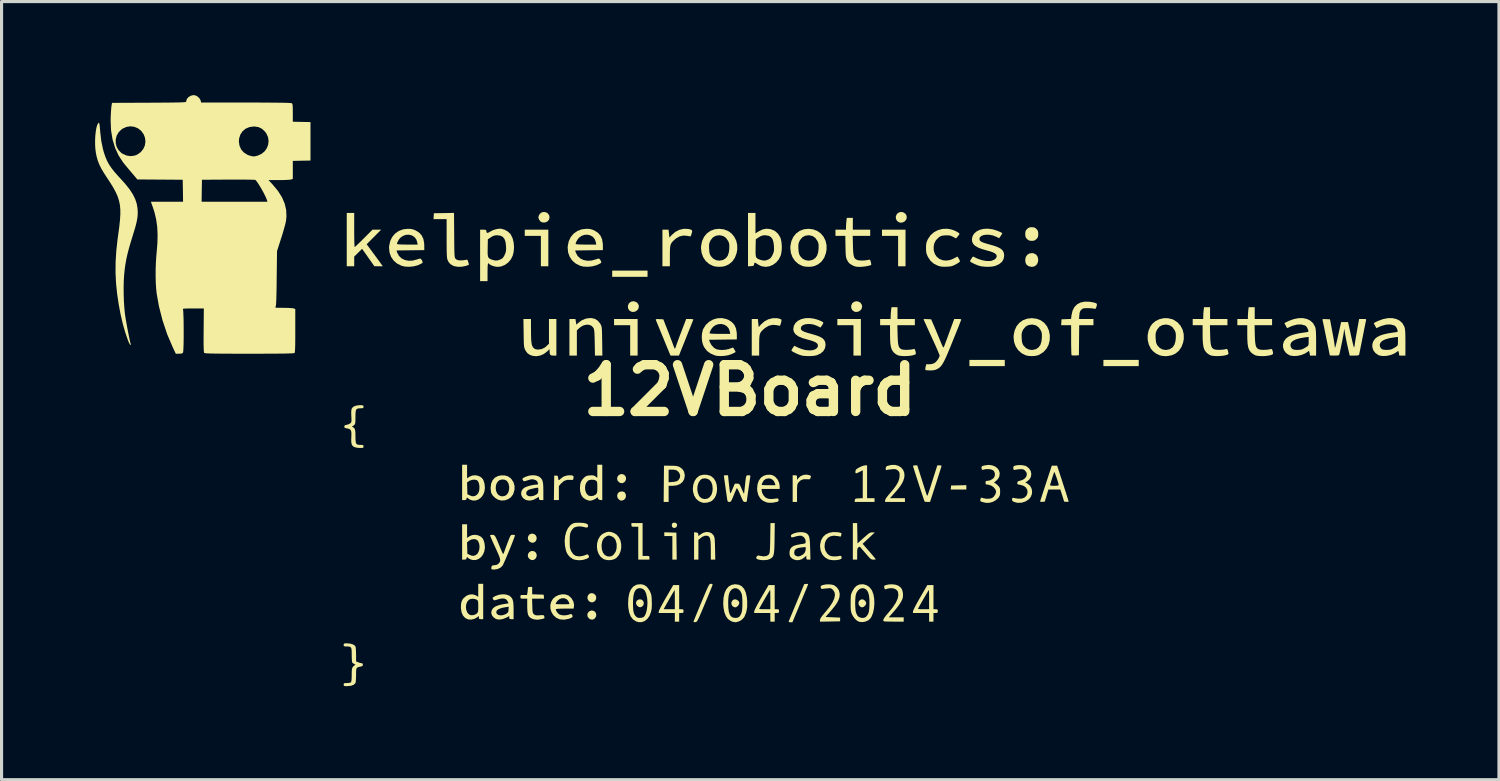
<source format=kicad_pcb>
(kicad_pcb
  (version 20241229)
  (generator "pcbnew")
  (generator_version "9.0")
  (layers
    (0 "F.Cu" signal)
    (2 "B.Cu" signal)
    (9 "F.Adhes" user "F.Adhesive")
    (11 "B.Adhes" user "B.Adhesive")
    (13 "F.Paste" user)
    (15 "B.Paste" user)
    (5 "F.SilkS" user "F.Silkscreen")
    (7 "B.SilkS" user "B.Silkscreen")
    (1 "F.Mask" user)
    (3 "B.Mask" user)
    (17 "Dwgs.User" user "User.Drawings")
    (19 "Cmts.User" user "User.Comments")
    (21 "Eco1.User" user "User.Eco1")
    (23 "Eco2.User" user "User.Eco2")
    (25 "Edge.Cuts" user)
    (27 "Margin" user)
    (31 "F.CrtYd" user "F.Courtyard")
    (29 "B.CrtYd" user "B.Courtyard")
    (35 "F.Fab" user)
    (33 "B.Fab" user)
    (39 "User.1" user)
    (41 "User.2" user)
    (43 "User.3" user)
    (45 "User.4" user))
  (footprint "12VBoard"
    (layer "F.Cu")
    (at 21 9.468)
    (property "Reference" "12VBoard" (at 0 0 0) (layer "F.SilkS") (effects (font (size 1.5 1.5) (thickness 0.3))))
    (attr board_only exclude_from_pos_files exclude_from_bom)
    (fp_poly (pts (xy -3.282 -3.739) (xy -3.282 -3.64) (xy -3.849 -3.64) (xy -4.416 -3.64) (xy -4.416 -3.739) (xy -4.416 -3.839) (xy -3.849 -3.839) (xy -3.282 -3.839)) (stroke (width 0) (type solid)) (fill yes) (layer "F.SilkS"))
    (fp_poly (pts (xy 6.942 3.112) (xy 6.942 3.182) (xy 6.692 3.182) (xy 6.442 3.182) (xy 6.448 3.118) (xy 6.454 3.053) (xy 6.698 3.048) (xy 6.942 3.042)) (stroke (width 0) (type solid)) (fill yes) (layer "F.SilkS"))
    (fp_poly (pts (xy 8.175 -0.875) (xy 8.175 -0.776) (xy 7.608 -0.776) (xy 7.041 -0.776) (xy 7.041 -0.875) (xy 7.041 -0.975) (xy 7.608 -0.975) (xy 8.175 -0.975)) (stroke (width 0) (type solid)) (fill yes) (layer "F.SilkS"))
    (fp_poly (pts (xy 12.471 -0.875) (xy 12.471 -0.776) (xy 11.904 -0.776) (xy 11.338 -0.776) (xy 11.338 -0.875) (xy 11.338 -0.975) (xy 11.904 -0.975) (xy 12.471 -0.975)) (stroke (width 0) (type solid)) (fill yes) (layer "F.SilkS"))
    (fp_poly (pts (xy -6.464 -4.565) (xy -6.464 -3.978) (xy -6.584 -3.978) (xy -6.703 -3.978) (xy -6.703 -4.465) (xy -6.703 -4.953) (xy -6.962 -4.953) (xy -7.22 -4.953) (xy -7.22 -5.052) (xy -7.22 -5.152) (xy -6.842 -5.152) (xy -6.464 -5.152)) (stroke (width 0) (type solid)) (fill yes) (layer "F.SilkS"))
    (fp_poly (pts (xy -3.6 -1.701) (xy -3.6 -1.114) (xy -3.719 -1.114) (xy -3.839 -1.114) (xy -3.839 -1.601) (xy -3.839 -2.088) (xy -4.097 -2.088) (xy -4.356 -2.088) (xy -4.356 -2.188) (xy -4.356 -2.287) (xy -3.978 -2.287) (xy -3.6 -2.287)) (stroke (width 0) (type solid)) (fill yes) (layer "F.SilkS"))
    (fp_poly (pts (xy -2.551 4.559) (xy -2.357 4.565) (xy -2.352 4.997) (xy -2.346 5.43) (xy -2.416 5.43) (xy -2.486 5.43) (xy -2.486 5.052) (xy -2.486 4.674) (xy -2.616 4.674) (xy -2.745 4.674) (xy -2.745 4.614) (xy -2.745 4.553)) (stroke (width 0) (type solid)) (fill yes) (layer "F.SilkS"))
    (fp_poly (pts (xy -2.381 4.252) (xy -2.344 4.282) (xy -2.337 4.296) (xy -2.336 4.349) (xy -2.363 4.391) (xy -2.405 4.414) (xy -2.453 4.411) (xy -2.482 4.392) (xy -2.504 4.346) (xy -2.5 4.293) (xy -2.477 4.257) (xy -2.432 4.241)) (stroke (width 0) (type solid)) (fill yes) (layer "F.SilkS"))
    (fp_poly (pts (xy 3.56 -1.701) (xy 3.56 -1.114) (xy 3.441 -1.114) (xy 3.322 -1.114) (xy 3.322 -1.601) (xy 3.322 -2.088) (xy 3.063 -2.088) (xy 2.805 -2.088) (xy 2.805 -2.188) (xy 2.805 -2.287) (xy 3.182 -2.287) (xy 3.56 -2.287)) (stroke (width 0) (type solid)) (fill yes) (layer "F.SilkS"))
    (fp_poly (pts (xy 4.992 -4.565) (xy 4.992 -3.978) (xy 4.873 -3.978) (xy 4.754 -3.978) (xy 4.754 -4.465) (xy 4.754 -4.953) (xy 4.495 -4.953) (xy 4.237 -4.953) (xy 4.237 -5.052) (xy 4.237 -5.152) (xy 4.615 -5.152) (xy 4.992 -5.152)) (stroke (width 0) (type solid)) (fill yes) (layer "F.SilkS"))
    (fp_poly (pts (xy -3.46 6.72) (xy -3.42 6.762) (xy -3.402 6.819) (xy -3.412 6.88) (xy -3.441 6.922) (xy -3.497 6.957) (xy -3.555 6.952) (xy -3.613 6.911) (xy -3.648 6.853) (xy -3.65 6.794) (xy -3.622 6.743) (xy -3.568 6.71) (xy -3.52 6.703)) (stroke (width 0) (type solid)) (fill yes) (layer "F.SilkS"))
    (fp_poly (pts (xy -6.915 4.611) (xy -6.865 4.655) (xy -6.839 4.714) (xy -6.841 4.781) (xy -6.873 4.844) (xy -6.882 4.853) (xy -6.941 4.888) (xy -7.008 4.885) (xy -7.068 4.852) (xy -7.11 4.798) (xy -7.122 4.735) (xy -7.106 4.673) (xy -7.068 4.624) (xy -7.009 4.597) (xy -6.984 4.595)) (stroke (width 0) (type solid)) (fill yes) (layer "F.SilkS"))
    (fp_poly (pts (xy -6.908 5.168) (xy -6.861 5.211) (xy -6.837 5.27) (xy -6.841 5.335) (xy -6.874 5.397) (xy -6.886 5.409) (xy -6.947 5.445) (xy -7.013 5.441) (xy -7.068 5.409) (xy -7.112 5.354) (xy -7.123 5.291) (xy -7.106 5.23) (xy -7.065 5.181) (xy -7.003 5.154) (xy -6.975 5.152)) (stroke (width 0) (type solid)) (fill yes) (layer "F.SilkS"))
    (fp_poly (pts (xy -4.999 7.078) (xy -4.952 7.12) (xy -4.928 7.179) (xy -4.931 7.245) (xy -4.964 7.306) (xy -4.976 7.319) (xy -5.038 7.354) (xy -5.103 7.35) (xy -5.159 7.318) (xy -5.202 7.263) (xy -5.214 7.2) (xy -5.197 7.139) (xy -5.156 7.091) (xy -5.093 7.064) (xy -5.065 7.061)) (stroke (width 0) (type solid)) (fill yes) (layer "F.SilkS"))
    (fp_poly (pts (xy -4.044 2.702) (xy -3.997 2.744) (xy -3.973 2.803) (xy -3.976 2.869) (xy -4.01 2.931) (xy -4.022 2.943) (xy -4.083 2.978) (xy -4.148 2.974) (xy -4.204 2.942) (xy -4.248 2.887) (xy -4.259 2.825) (xy -4.242 2.764) (xy -4.201 2.715) (xy -4.139 2.688) (xy -4.11 2.685)) (stroke (width 0) (type solid)) (fill yes) (layer "F.SilkS"))
    (fp_poly (pts (xy -0.417 6.718) (xy -0.367 6.755) (xy -0.34 6.804) (xy -0.338 6.82) (xy -0.354 6.872) (xy -0.392 6.922) (xy -0.44 6.955) (xy -0.469 6.962) (xy -0.519 6.948) (xy -0.557 6.922) (xy -0.59 6.866) (xy -0.593 6.805) (xy -0.569 6.751) (xy -0.524 6.713) (xy -0.476 6.703)) (stroke (width 0) (type solid)) (fill yes) (layer "F.SilkS"))
    (fp_poly (pts (xy 3.657 6.719) (xy 3.702 6.759) (xy 3.728 6.811) (xy 3.728 6.85) (xy 3.698 6.903) (xy 3.65 6.945) (xy 3.599 6.962) (xy 3.598 6.962) (xy 3.556 6.948) (xy 3.521 6.922) (xy 3.486 6.865) (xy 3.483 6.804) (xy 3.508 6.749) (xy 3.556 6.713) (xy 3.605 6.703)) (stroke (width 0) (type solid)) (fill yes) (layer "F.SilkS"))
    (fp_poly (pts (xy -5.005 6.521) (xy -4.956 6.564) (xy -4.93 6.624) (xy -4.931 6.69) (xy -4.964 6.753) (xy -4.973 6.763) (xy -5.032 6.797) (xy -5.098 6.797) (xy -5.16 6.765) (xy -5.168 6.756) (xy -5.204 6.695) (xy -5.21 6.629) (xy -5.188 6.568) (xy -5.144 6.523) (xy -5.08 6.504) (xy -5.074 6.504)) (stroke (width 0) (type solid)) (fill yes) (layer "F.SilkS"))
    (fp_poly (pts (xy -4.039 3.258) (xy -4.013 3.277) (xy -3.98 3.338) (xy -3.976 3.406) (xy -3.996 3.469) (xy -4.041 3.514) (xy -4.048 3.517) (xy -4.107 3.538) (xy -4.154 3.532) (xy -4.204 3.499) (xy -4.246 3.444) (xy -4.257 3.376) (xy -4.238 3.31) (xy -4.217 3.282) (xy -4.163 3.251) (xy -4.098 3.243)) (stroke (width 0) (type solid)) (fill yes) (layer "F.SilkS"))
    (fp_poly (pts (xy -3.67 -2.843) (xy -3.611 -2.805) (xy -3.571 -2.745) (xy -3.56 -2.685) (xy -3.578 -2.613) (xy -3.625 -2.556) (xy -3.69 -2.52) (xy -3.765 -2.513) (xy -3.812 -2.525) (xy -3.875 -2.57) (xy -3.909 -2.635) (xy -3.913 -2.709) (xy -3.884 -2.781) (xy -3.871 -2.798) (xy -3.81 -2.843) (xy -3.74 -2.857)) (stroke (width 0) (type solid)) (fill yes) (layer "F.SilkS"))
    (fp_poly (pts (xy 3.49 -2.843) (xy 3.55 -2.805) (xy 3.589 -2.745) (xy 3.6 -2.685) (xy 3.582 -2.613) (xy 3.536 -2.556) (xy 3.47 -2.52) (xy 3.395 -2.513) (xy 3.349 -2.525) (xy 3.286 -2.57) (xy 3.252 -2.635) (xy 3.248 -2.709) (xy 3.277 -2.781) (xy 3.29 -2.798) (xy 3.351 -2.843) (xy 3.421 -2.857)) (stroke (width 0) (type solid)) (fill yes) (layer "F.SilkS"))
    (fp_poly (pts (xy 4.922 -5.707) (xy 4.982 -5.669) (xy 5.021 -5.609) (xy 5.032 -5.549) (xy 5.015 -5.477) (xy 4.968 -5.42) (xy 4.902 -5.384) (xy 4.827 -5.377) (xy 4.781 -5.389) (xy 4.718 -5.435) (xy 4.684 -5.5) (xy 4.68 -5.573) (xy 4.709 -5.645) (xy 4.722 -5.662) (xy 4.783 -5.707) (xy 4.853 -5.721)) (stroke (width 0) (type solid)) (fill yes) (layer "F.SilkS"))
    (fp_poly (pts (xy -6.534 -5.707) (xy -6.475 -5.669) (xy -6.436 -5.609) (xy -6.425 -5.549) (xy -6.442 -5.474) (xy -6.49 -5.418) (xy -6.559 -5.385) (xy -6.644 -5.382) (xy -6.658 -5.384) (xy -6.711 -5.412) (xy -6.756 -5.465) (xy -6.781 -5.529) (xy -6.783 -5.551) (xy -6.77 -5.604) (xy -6.738 -5.658) (xy -6.735 -5.662) (xy -6.674 -5.707) (xy -6.604 -5.721)) (stroke (width 0) (type solid)) (fill yes) (layer "F.SilkS"))
    (fp_poly (pts (xy 9.104 -4.392) (xy 9.179 -4.354) (xy 9.228 -4.287) (xy 9.248 -4.196) (xy 9.249 -4.179) (xy 9.231 -4.087) (xy 9.186 -4.016) (xy 9.119 -3.972) (xy 9.037 -3.958) (xy 8.949 -3.978) (xy 8.926 -3.989) (xy 8.872 -4.031) (xy 8.842 -4.088) (xy 8.831 -4.172) (xy 8.831 -4.185) (xy 8.848 -4.275) (xy 8.895 -4.345) (xy 8.965 -4.389) (xy 9.052 -4.401)) (stroke (width 0) (type solid)) (fill yes) (layer "F.SilkS"))
    (fp_poly (pts (xy -3.441 4.784) (xy -3.441 5.311) (xy -3.332 5.311) (xy -3.269 5.312) (xy -3.237 5.318) (xy -3.224 5.336) (xy -3.222 5.369) (xy -3.222 5.37) (xy -3.222 5.43) (xy -3.401 5.43) (xy -3.58 5.43) (xy -3.58 4.903) (xy -3.58 4.376) (xy -3.69 4.376) (xy -3.752 4.375) (xy -3.785 4.368) (xy -3.797 4.351) (xy -3.799 4.317) (xy -3.799 4.316) (xy -3.799 4.257) (xy -3.62 4.257) (xy -3.441 4.257)) (stroke (width 0) (type solid)) (fill yes) (layer "F.SilkS"))
    (fp_poly (pts (xy 1.866 6.219) (xy 1.862 6.239) (xy 1.851 6.266) (xy 1.827 6.325) (xy 1.791 6.411) (xy 1.746 6.519) (xy 1.694 6.646) (xy 1.636 6.785) (xy 1.606 6.857) (xy 1.364 7.439) (xy 1.299 7.439) (xy 1.254 7.434) (xy 1.243 7.417) (xy 1.245 7.412) (xy 1.255 7.388) (xy 1.278 7.331) (xy 1.313 7.247) (xy 1.357 7.141) (xy 1.409 7.016) (xy 1.467 6.877) (xy 1.499 6.801) (xy 1.743 6.216) (xy 1.809 6.209) (xy 1.853 6.208)) (stroke (width 0) (type solid)) (fill yes) (layer "F.SilkS"))
    (fp_poly (pts (xy 9.107 -5.226) (xy 9.156 -5.204) (xy 9.191 -5.173) (xy 9.227 -5.13) (xy 9.244 -5.084) (xy 9.249 -5.019) (xy 9.249 -5.012) (xy 9.245 -4.944) (xy 9.229 -4.898) (xy 9.194 -4.855) (xy 9.191 -4.852) (xy 9.143 -4.813) (xy 9.092 -4.796) (xy 9.04 -4.794) (xy 8.973 -4.799) (xy 8.925 -4.821) (xy 8.889 -4.852) (xy 8.853 -4.895) (xy 8.836 -4.94) (xy 8.831 -5.006) (xy 8.831 -5.012) (xy 8.835 -5.08) (xy 8.851 -5.127) (xy 8.886 -5.169) (xy 8.889 -5.173) (xy 8.937 -5.212) (xy 8.988 -5.228) (xy 9.04 -5.231)) (stroke (width 0) (type solid)) (fill yes) (layer "F.SilkS"))
    (fp_poly (pts (xy -5.708 2.729) (xy -5.667 2.743) (xy -5.653 2.773) (xy -5.659 2.824) (xy -5.659 2.824) (xy -5.669 2.86) (xy -5.689 2.875) (xy -5.728 2.875) (xy -5.757 2.871) (xy -5.87 2.873) (xy -5.969 2.912) (xy -6.056 2.989) (xy -6.126 3.07) (xy -6.126 3.295) (xy -6.126 3.521) (xy -6.206 3.521) (xy -6.286 3.521) (xy -6.281 3.128) (xy -6.275 2.735) (xy -6.216 2.735) (xy -6.176 2.739) (xy -6.158 2.759) (xy -6.15 2.806) (xy -6.15 2.81) (xy -6.141 2.864) (xy -6.125 2.88) (xy -6.094 2.862) (xy -6.068 2.835) (xy -5.977 2.767) (xy -5.863 2.731) (xy -5.781 2.725)) (stroke (width 0) (type solid)) (fill yes) (layer "F.SilkS"))
    (fp_poly (pts (xy 3.759 2.934) (xy 3.759 3.461) (xy 3.879 3.461) (xy 3.998 3.461) (xy 3.998 3.521) (xy 3.998 3.58) (xy 3.678 3.58) (xy 3.359 3.58) (xy 3.365 3.526) (xy 3.371 3.496) (xy 3.386 3.479) (xy 3.421 3.47) (xy 3.484 3.466) (xy 3.496 3.465) (xy 3.62 3.459) (xy 3.62 3.012) (xy 3.62 2.565) (xy 3.521 2.615) (xy 3.451 2.649) (xy 3.408 2.662) (xy 3.388 2.653) (xy 3.384 2.622) (xy 3.385 2.601) (xy 3.393 2.563) (xy 3.414 2.533) (xy 3.455 2.503) (xy 3.511 2.472) (xy 3.582 2.438) (xy 3.65 2.415) (xy 3.695 2.407) (xy 3.759 2.407)) (stroke (width 0) (type solid)) (fill yes) (layer "F.SilkS"))
    (fp_poly (pts (xy 1.917 2.724) (xy 1.951 2.742) (xy 1.957 2.767) (xy 1.947 2.802) (xy 1.933 2.836) (xy 1.913 2.852) (xy 1.877 2.855) (xy 1.822 2.85) (xy 1.713 2.853) (xy 1.626 2.889) (xy 1.555 2.958) (xy 1.553 2.961) (xy 1.536 2.988) (xy 1.525 3.02) (xy 1.518 3.062) (xy 1.514 3.125) (xy 1.512 3.213) (xy 1.512 3.3) (xy 1.512 3.58) (xy 1.442 3.58) (xy 1.372 3.58) (xy 1.372 3.153) (xy 1.372 2.725) (xy 1.442 2.725) (xy 1.488 2.728) (xy 1.507 2.744) (xy 1.512 2.785) (xy 1.512 2.8) (xy 1.513 2.874) (xy 1.554 2.819) (xy 1.627 2.752) (xy 1.721 2.713) (xy 1.824 2.704)) (stroke (width 0) (type solid)) (fill yes) (layer "F.SilkS"))
    (fp_poly (pts (xy -1.983 -5.176) (xy -1.96 -5.172) (xy -1.892 -5.154) (xy -1.858 -5.131) (xy -1.851 -5.092) (xy -1.867 -5.029) (xy -1.873 -5.01) (xy -1.889 -4.964) (xy -1.899 -4.938) (xy -1.9 -4.937) (xy -1.92 -4.938) (xy -1.966 -4.946) (xy -1.999 -4.953) (xy -2.131 -4.964) (xy -2.253 -4.937) (xy -2.368 -4.872) (xy -2.407 -4.839) (xy -2.462 -4.789) (xy -2.502 -4.744) (xy -2.53 -4.699) (xy -2.549 -4.645) (xy -2.559 -4.577) (xy -2.564 -4.485) (xy -2.566 -4.364) (xy -2.566 -4.307) (xy -2.566 -3.978) (xy -2.685 -3.978) (xy -2.805 -3.978) (xy -2.805 -4.565) (xy -2.805 -5.152) (xy -2.707 -5.152) (xy -2.609 -5.152) (xy -2.595 -5.025) (xy -2.582 -4.898) (xy -2.511 -4.976) (xy -2.395 -5.078) (xy -2.265 -5.146) (xy -2.125 -5.18)) (stroke (width 0) (type solid)) (fill yes) (layer "F.SilkS"))
    (fp_poly (pts (xy 0.792 4.749) (xy 0.789 4.918) (xy 0.785 5.052) (xy 0.779 5.156) (xy 0.769 5.234) (xy 0.755 5.292) (xy 0.735 5.335) (xy 0.707 5.367) (xy 0.672 5.393) (xy 0.637 5.413) (xy 0.565 5.437) (xy 0.47 5.447) (xy 0.369 5.445) (xy 0.276 5.429) (xy 0.264 5.425) (xy 0.214 5.401) (xy 0.201 5.369) (xy 0.224 5.324) (xy 0.224 5.323) (xy 0.245 5.303) (xy 0.273 5.298) (xy 0.322 5.306) (xy 0.343 5.312) (xy 0.449 5.326) (xy 0.536 5.313) (xy 0.599 5.273) (xy 0.612 5.256) (xy 0.623 5.234) (xy 0.632 5.205) (xy 0.638 5.162) (xy 0.643 5.1) (xy 0.647 5.015) (xy 0.65 4.902) (xy 0.653 4.754) (xy 0.653 4.73) (xy 0.66 4.257) (xy 0.729 4.257) (xy 0.798 4.257)) (stroke (width 0) (type solid)) (fill yes) (layer "F.SilkS"))
    (fp_poly (pts (xy 0.873 -2.313) (xy 0.91 -2.306) (xy 0.976 -2.288) (xy 1.009 -2.268) (xy 1.014 -2.251) (xy 1.009 -2.207) (xy 0.996 -2.153) (xy 0.98 -2.104) (xy 0.965 -2.073) (xy 0.959 -2.069) (xy 0.932 -2.074) (xy 0.882 -2.084) (xy 0.857 -2.09) (xy 0.729 -2.1) (xy 0.607 -2.071) (xy 0.491 -2.003) (xy 0.457 -1.975) (xy 0.403 -1.924) (xy 0.362 -1.88) (xy 0.334 -1.835) (xy 0.315 -1.781) (xy 0.305 -1.712) (xy 0.3 -1.621) (xy 0.298 -1.5) (xy 0.298 -1.443) (xy 0.298 -1.114) (xy 0.179 -1.114) (xy 0.06 -1.114) (xy 0.06 -1.701) (xy 0.06 -2.287) (xy 0.158 -2.287) (xy 0.255 -2.287) (xy 0.269 -2.157) (xy 0.283 -2.027) (xy 0.352 -2.108) (xy 0.462 -2.208) (xy 0.59 -2.277) (xy 0.73 -2.313)) (stroke (width 0) (type solid)) (fill yes) (layer "F.SilkS"))
    (fp_poly (pts (xy -12.69 -5.142) (xy -12.69 -4.999) (xy -12.688 -4.87) (xy -12.686 -4.76) (xy -12.683 -4.674) (xy -12.679 -4.617) (xy -12.675 -4.595) (xy -12.675 -4.595) (xy -12.657 -4.608) (xy -12.615 -4.646) (xy -12.555 -4.703) (xy -12.48 -4.776) (xy -12.395 -4.86) (xy -12.382 -4.873) (xy -12.104 -5.152) (xy -11.965 -5.152) (xy -11.825 -5.152) (xy -12.058 -4.918) (xy -12.29 -4.684) (xy -12.097 -4.423) (xy -12.026 -4.327) (xy -11.958 -4.234) (xy -11.898 -4.153) (xy -11.854 -4.091) (xy -11.839 -4.07) (xy -11.773 -3.978) (xy -11.908 -3.979) (xy -12.044 -3.98) (xy -12.24 -4.259) (xy -12.437 -4.538) (xy -12.564 -4.413) (xy -12.69 -4.288) (xy -12.69 -4.133) (xy -12.69 -3.978) (xy -12.809 -3.978) (xy -12.929 -3.978) (xy -12.929 -4.833) (xy -12.929 -5.689) (xy -12.809 -5.689) (xy -12.69 -5.689)) (stroke (width 0) (type solid)) (fill yes) (layer "F.SilkS"))
    (fp_poly (pts (xy -1.312 4.549) (xy -1.231 4.583) (xy -1.169 4.646) (xy -1.165 4.654) (xy -1.15 4.684) (xy -1.138 4.718) (xy -1.13 4.763) (xy -1.125 4.827) (xy -1.121 4.915) (xy -1.118 5.034) (xy -1.117 5.077) (xy -1.11 5.43) (xy -1.182 5.43) (xy -1.253 5.43) (xy -1.253 5.121) (xy -1.255 4.975) (xy -1.26 4.864) (xy -1.271 4.783) (xy -1.288 4.727) (xy -1.313 4.691) (xy -1.347 4.671) (xy -1.367 4.665) (xy -1.443 4.664) (xy -1.522 4.696) (xy -1.587 4.744) (xy -1.651 4.797) (xy -1.651 5.114) (xy -1.651 5.43) (xy -1.721 5.43) (xy -1.79 5.43) (xy -1.79 4.991) (xy -1.79 4.552) (xy -1.725 4.559) (xy -1.679 4.569) (xy -1.659 4.595) (xy -1.654 4.62) (xy -1.648 4.675) (xy -1.589 4.626) (xy -1.499 4.57) (xy -1.404 4.545)) (stroke (width 0) (type solid)) (fill yes) (layer "F.SilkS"))
    (fp_poly (pts (xy -1.208 6.21) (xy -1.197 6.228) (xy -1.201 6.251) (xy -1.211 6.28) (xy -1.235 6.34) (xy -1.271 6.428) (xy -1.316 6.538) (xy -1.368 6.664) (xy -1.426 6.803) (xy -1.451 6.862) (xy -1.517 7.021) (xy -1.571 7.147) (xy -1.613 7.244) (xy -1.646 7.316) (xy -1.672 7.367) (xy -1.692 7.401) (xy -1.709 7.42) (xy -1.725 7.43) (xy -1.741 7.434) (xy -1.749 7.435) (xy -1.791 7.435) (xy -1.81 7.427) (xy -1.81 7.426) (xy -1.803 7.405) (xy -1.782 7.351) (xy -1.749 7.269) (xy -1.706 7.164) (xy -1.655 7.041) (xy -1.598 6.902) (xy -1.559 6.808) (xy -1.49 6.644) (xy -1.435 6.512) (xy -1.391 6.41) (xy -1.357 6.334) (xy -1.33 6.279) (xy -1.31 6.243) (xy -1.293 6.221) (xy -1.278 6.21) (xy -1.263 6.206) (xy -1.248 6.206)) (stroke (width 0) (type solid)) (fill yes) (layer "F.SilkS"))
    (fp_poly (pts (xy -2.546 2.418) (xy -2.44 2.42) (xy -2.364 2.426) (xy -2.307 2.438) (xy -2.259 2.457) (xy -2.258 2.457) (xy -2.169 2.521) (xy -2.112 2.606) (xy -2.089 2.713) (xy -2.088 2.735) (xy -2.106 2.845) (xy -2.156 2.935) (xy -2.236 3.004) (xy -2.343 3.047) (xy -2.474 3.063) (xy -2.481 3.063) (xy -2.606 3.063) (xy -2.606 3.322) (xy -2.606 3.58) (xy -2.686 3.58) (xy -2.765 3.58) (xy -2.76 2.998) (xy -2.756 2.546) (xy -2.606 2.546) (xy -2.606 2.748) (xy -2.606 2.949) (xy -2.474 2.939) (xy -2.395 2.929) (xy -2.342 2.914) (xy -2.302 2.888) (xy -2.29 2.876) (xy -2.245 2.806) (xy -2.236 2.729) (xy -2.262 2.653) (xy -2.303 2.604) (xy -2.346 2.57) (xy -2.39 2.553) (xy -2.45 2.546) (xy -2.487 2.546) (xy -2.606 2.546) (xy -2.756 2.546) (xy -2.755 2.417)) (stroke (width 0) (type solid)) (fill yes) (layer "F.SilkS"))
    (fp_poly (pts (xy -4.979 -2.295) (xy -4.881 -2.236) (xy -4.803 -2.143) (xy -4.794 -2.127) (xy -4.778 -2.098) (xy -4.766 -2.069) (xy -4.756 -2.035) (xy -4.75 -1.991) (xy -4.745 -1.931) (xy -4.742 -1.848) (xy -4.74 -1.738) (xy -4.738 -1.594) (xy -4.737 -1.576) (xy -4.731 -1.114) (xy -4.85 -1.114) (xy -4.969 -1.114) (xy -4.976 -1.527) (xy -4.979 -1.672) (xy -4.983 -1.783) (xy -4.987 -1.865) (xy -4.994 -1.925) (xy -5.003 -1.966) (xy -5.014 -1.996) (xy -5.016 -2) (xy -5.071 -2.064) (xy -5.147 -2.099) (xy -5.235 -2.106) (xy -5.331 -2.084) (xy -5.425 -2.033) (xy -5.485 -1.984) (xy -5.549 -1.922) (xy -5.549 -1.518) (xy -5.549 -1.114) (xy -5.669 -1.114) (xy -5.788 -1.114) (xy -5.788 -1.701) (xy -5.788 -2.287) (xy -5.691 -2.287) (xy -5.594 -2.287) (xy -5.58 -2.197) (xy -5.567 -2.107) (xy -5.498 -2.167) (xy -5.398 -2.241) (xy -5.292 -2.288) (xy -5.223 -2.307) (xy -5.094 -2.319)) (stroke (width 0) (type solid)) (fill yes) (layer "F.SilkS"))
    (fp_poly (pts (xy 2.819 4.552) (xy 2.871 4.561) (xy 2.92 4.574) (xy 2.938 4.591) (xy 2.936 4.623) (xy 2.934 4.631) (xy 2.922 4.672) (xy 2.915 4.69) (xy 2.894 4.689) (xy 2.847 4.681) (xy 2.813 4.674) (xy 2.689 4.662) (xy 2.582 4.683) (xy 2.497 4.735) (xy 2.435 4.818) (xy 2.405 4.903) (xy 2.394 5.028) (xy 2.42 5.14) (xy 2.481 5.236) (xy 2.498 5.252) (xy 2.55 5.295) (xy 2.606 5.317) (xy 2.67 5.326) (xy 2.747 5.327) (xy 2.821 5.321) (xy 2.849 5.315) (xy 2.905 5.307) (xy 2.934 5.324) (xy 2.944 5.373) (xy 2.944 5.38) (xy 2.926 5.407) (xy 2.877 5.428) (xy 2.807 5.442) (xy 2.725 5.448) (xy 2.64 5.446) (xy 2.561 5.435) (xy 2.506 5.418) (xy 2.4 5.352) (xy 2.32 5.259) (xy 2.27 5.143) (xy 2.251 5.01) (xy 2.253 4.948) (xy 2.282 4.816) (xy 2.341 4.707) (xy 2.428 4.625) (xy 2.538 4.571) (xy 2.669 4.546)) (stroke (width 0) (type solid)) (fill yes) (layer "F.SilkS"))
    (fp_poly (pts (xy 3.446 4.583) (xy 3.451 4.909) (xy 3.649 4.732) (xy 3.731 4.66) (xy 3.79 4.61) (xy 3.834 4.579) (xy 3.869 4.563) (xy 3.902 4.556) (xy 3.927 4.556) (xy 4.008 4.556) (xy 3.812 4.74) (xy 3.616 4.923) (xy 3.827 5.165) (xy 3.898 5.248) (xy 3.959 5.32) (xy 4.005 5.375) (xy 4.032 5.41) (xy 4.038 5.419) (xy 4.02 5.426) (xy 3.976 5.43) (xy 3.96 5.43) (xy 3.928 5.428) (xy 3.899 5.42) (xy 3.869 5.401) (xy 3.831 5.365) (xy 3.78 5.309) (xy 3.709 5.227) (xy 3.708 5.226) (xy 3.644 5.151) (xy 3.589 5.087) (xy 3.55 5.041) (xy 3.53 5.018) (xy 3.529 5.016) (xy 3.511 5.02) (xy 3.483 5.036) (xy 3.463 5.052) (xy 3.451 5.076) (xy 3.444 5.117) (xy 3.441 5.184) (xy 3.441 5.246) (xy 3.441 5.43) (xy 3.371 5.43) (xy 3.302 5.43) (xy 3.302 4.843) (xy 3.302 4.257) (xy 3.371 4.257) (xy 3.44 4.257)) (stroke (width 0) (type solid)) (fill yes) (layer "F.SilkS"))
    (fp_poly (pts (xy -7.02 -1.934) (xy -7.019 -1.774) (xy -7.015 -1.648) (xy -7.008 -1.552) (xy -6.997 -1.479) (xy -6.981 -1.426) (xy -6.959 -1.385) (xy -6.936 -1.358) (xy -6.892 -1.324) (xy -6.836 -1.31) (xy -6.79 -1.307) (xy -6.682 -1.321) (xy -6.585 -1.367) (xy -6.506 -1.433) (xy -6.444 -1.495) (xy -6.444 -1.891) (xy -6.444 -2.287) (xy -6.325 -2.287) (xy -6.206 -2.287) (xy -6.206 -1.701) (xy -6.206 -1.114) (xy -6.303 -1.114) (xy -6.365 -1.118) (xy -6.402 -1.138) (xy -6.419 -1.18) (xy -6.424 -1.252) (xy -6.424 -1.262) (xy -6.425 -1.321) (xy -6.499 -1.248) (xy -6.609 -1.165) (xy -6.73 -1.113) (xy -6.856 -1.093) (xy -6.979 -1.108) (xy -7.062 -1.14) (xy -7.135 -1.191) (xy -7.189 -1.264) (xy -7.2 -1.284) (xy -7.216 -1.316) (xy -7.228 -1.348) (xy -7.238 -1.384) (xy -7.244 -1.43) (xy -7.249 -1.493) (xy -7.252 -1.577) (xy -7.254 -1.69) (xy -7.256 -1.834) (xy -7.263 -2.287) (xy -7.142 -2.287) (xy -7.021 -2.287)) (stroke (width 0) (type solid)) (fill yes) (layer "F.SilkS"))
    (fp_poly (pts (xy 4.76 2.42) (xy 4.848 2.474) (xy 4.913 2.549) (xy 4.951 2.642) (xy 4.958 2.751) (xy 4.946 2.819) (xy 4.918 2.905) (xy 4.876 2.99) (xy 4.816 3.082) (xy 4.733 3.188) (xy 4.655 3.279) (xy 4.494 3.461) (xy 4.733 3.461) (xy 4.973 3.461) (xy 4.973 3.521) (xy 4.973 3.58) (xy 4.654 3.58) (xy 4.336 3.58) (xy 4.336 3.53) (xy 4.349 3.491) (xy 4.387 3.431) (xy 4.453 3.348) (xy 4.503 3.29) (xy 4.617 3.154) (xy 4.701 3.036) (xy 4.758 2.931) (xy 4.791 2.835) (xy 4.803 2.743) (xy 4.803 2.738) (xy 4.801 2.67) (xy 4.791 2.626) (xy 4.769 2.594) (xy 4.745 2.572) (xy 4.709 2.544) (xy 4.673 2.531) (xy 4.625 2.527) (xy 4.556 2.531) (xy 4.483 2.539) (xy 4.422 2.548) (xy 4.391 2.556) (xy 4.367 2.559) (xy 4.357 2.536) (xy 4.356 2.508) (xy 4.364 2.459) (xy 4.396 2.431) (xy 4.409 2.425) (xy 4.536 2.393) (xy 4.655 2.392)) (stroke (width 0) (type solid)) (fill yes) (layer "F.SilkS"))
    (fp_poly (pts (xy -2.268 6.633) (xy -2.268 7.021) (xy -2.198 7.021) (xy -2.151 7.025) (xy -2.132 7.041) (xy -2.128 7.081) (xy -2.132 7.121) (xy -2.152 7.138) (xy -2.198 7.141) (xy -2.268 7.141) (xy -2.268 7.28) (xy -2.268 7.419) (xy -2.337 7.419) (xy -2.407 7.419) (xy -2.407 7.28) (xy -2.407 7.141) (xy -2.668 7.141) (xy -2.928 7.141) (xy -2.92 7.086) (xy -2.908 7.053) (xy -2.893 7.021) (xy -2.766 7.021) (xy -2.586 7.021) (xy -2.407 7.021) (xy -2.407 6.71) (xy -2.407 6.604) (xy -2.409 6.515) (xy -2.411 6.449) (xy -2.413 6.412) (xy -2.415 6.406) (xy -2.427 6.426) (xy -2.455 6.473) (xy -2.495 6.54) (xy -2.541 6.62) (xy -2.591 6.707) (xy -2.639 6.792) (xy -2.683 6.868) (xy -2.717 6.929) (xy -2.737 6.967) (xy -2.766 7.021) (xy -2.893 7.021) (xy -2.879 6.992) (xy -2.835 6.908) (xy -2.78 6.806) (xy -2.717 6.694) (xy -2.685 6.638) (xy -2.457 6.246) (xy -2.362 6.246) (xy -2.268 6.246)) (stroke (width 0) (type solid)) (fill yes) (layer "F.SilkS"))
    (fp_poly (pts (xy 2.609 6.229) (xy 2.684 6.246) (xy 2.7 6.253) (xy 2.791 6.321) (xy 2.852 6.411) (xy 2.88 6.518) (xy 2.875 6.618) (xy 2.855 6.692) (xy 2.822 6.769) (xy 2.773 6.852) (xy 2.703 6.947) (xy 2.609 7.061) (xy 2.54 7.14) (xy 2.425 7.27) (xy 2.66 7.28) (xy 2.894 7.29) (xy 2.894 7.349) (xy 2.894 7.409) (xy 2.571 7.415) (xy 2.248 7.42) (xy 2.248 7.365) (xy 2.257 7.33) (xy 2.285 7.281) (xy 2.335 7.214) (xy 2.41 7.123) (xy 2.43 7.101) (xy 2.557 6.943) (xy 2.649 6.802) (xy 2.706 6.678) (xy 2.728 6.571) (xy 2.716 6.48) (xy 2.669 6.405) (xy 2.664 6.401) (xy 2.628 6.367) (xy 2.596 6.35) (xy 2.554 6.346) (xy 2.488 6.351) (xy 2.48 6.352) (xy 2.408 6.359) (xy 2.347 6.366) (xy 2.317 6.369) (xy 2.286 6.363) (xy 2.272 6.327) (xy 2.271 6.322) (xy 2.273 6.285) (xy 2.296 6.262) (xy 2.337 6.246) (xy 2.42 6.228) (xy 2.516 6.222)) (stroke (width 0) (type solid)) (fill yes) (layer "F.SilkS"))
    (fp_poly (pts (xy -9.483 -4.974) (xy -9.482 -4.786) (xy -9.48 -4.634) (xy -9.479 -4.514) (xy -9.476 -4.422) (xy -9.473 -4.353) (xy -9.469 -4.303) (xy -9.464 -4.269) (xy -9.457 -4.246) (xy -9.448 -4.23) (xy -9.437 -4.217) (xy -9.432 -4.212) (xy -9.393 -4.183) (xy -9.34 -4.17) (xy -9.283 -4.167) (xy -9.209 -4.17) (xy -9.142 -4.178) (xy -9.118 -4.183) (xy -9.078 -4.19) (xy -9.056 -4.179) (xy -9.04 -4.141) (xy -9.034 -4.121) (xy -9.019 -4.069) (xy -9.011 -4.036) (xy -9.01 -4.031) (xy -9.028 -4.02) (xy -9.072 -4.002) (xy -9.113 -3.989) (xy -9.237 -3.964) (xy -9.361 -3.961) (xy -9.472 -3.979) (xy -9.518 -3.996) (xy -9.6 -4.044) (xy -9.657 -4.106) (xy -9.696 -4.182) (xy -9.705 -4.209) (xy -9.712 -4.247) (xy -9.717 -4.3) (xy -9.721 -4.372) (xy -9.724 -4.467) (xy -9.725 -4.59) (xy -9.726 -4.746) (xy -9.726 -4.873) (xy -9.726 -5.49) (xy -9.936 -5.49) (xy -10.146 -5.49) (xy -10.14 -5.584) (xy -10.134 -5.679) (xy -9.812 -5.684) (xy -9.489 -5.69)) (stroke (width 0) (type solid)) (fill yes) (layer "F.SilkS"))
    (fp_poly (pts (xy -7.856 2.731) (xy -7.76 2.759) (xy -7.678 2.816) (xy -7.65 2.844) (xy -7.581 2.949) (xy -7.547 3.067) (xy -7.549 3.193) (xy -7.588 3.32) (xy -7.598 3.342) (xy -7.663 3.428) (xy -7.753 3.491) (xy -7.858 3.528) (xy -7.968 3.535) (xy -8.074 3.509) (xy -8.085 3.504) (xy -8.177 3.445) (xy -8.252 3.368) (xy -8.293 3.296) (xy -8.305 3.244) (xy -8.312 3.173) (xy -8.313 3.147) (xy -8.152 3.147) (xy -8.139 3.229) (xy -8.107 3.303) (xy -8.057 3.361) (xy -7.988 3.394) (xy -7.943 3.4) (xy -7.89 3.394) (xy -7.848 3.382) (xy -7.789 3.339) (xy -7.746 3.27) (xy -7.722 3.182) (xy -7.719 3.087) (xy -7.74 2.994) (xy -7.75 2.971) (xy -7.795 2.905) (xy -7.856 2.869) (xy -7.94 2.859) (xy -8.02 2.875) (xy -8.08 2.92) (xy -8.123 2.985) (xy -8.146 3.063) (xy -8.152 3.147) (xy -8.313 3.147) (xy -8.314 3.121) (xy -8.298 2.991) (xy -8.252 2.884) (xy -8.178 2.802) (xy -8.079 2.749) (xy -7.976 2.729)) (stroke (width 0) (type solid)) (fill yes) (layer "F.SilkS"))
    (fp_poly (pts (xy -1.378 2.709) (xy -1.272 2.739) (xy -1.242 2.755) (xy -1.161 2.823) (xy -1.102 2.915) (xy -1.066 3.023) (xy -1.052 3.14) (xy -1.059 3.257) (xy -1.088 3.368) (xy -1.139 3.464) (xy -1.211 3.539) (xy -1.257 3.566) (xy -1.367 3.602) (xy -1.477 3.609) (xy -1.526 3.601) (xy -1.637 3.555) (xy -1.725 3.478) (xy -1.788 3.374) (xy -1.823 3.248) (xy -1.828 3.177) (xy -1.687 3.177) (xy -1.67 3.287) (xy -1.629 3.384) (xy -1.6 3.423) (xy -1.532 3.47) (xy -1.45 3.488) (xy -1.366 3.475) (xy -1.295 3.433) (xy -1.233 3.352) (xy -1.2 3.243) (xy -1.193 3.153) (xy -1.206 3.028) (xy -1.245 2.932) (xy -1.306 2.865) (xy -1.39 2.83) (xy -1.446 2.824) (xy -1.514 2.831) (xy -1.564 2.856) (xy -1.591 2.881) (xy -1.647 2.963) (xy -1.679 3.066) (xy -1.687 3.177) (xy -1.828 3.177) (xy -1.83 3.156) (xy -1.815 3.026) (xy -1.774 2.91) (xy -1.71 2.814) (xy -1.627 2.747) (xy -1.598 2.732) (xy -1.492 2.707)) (stroke (width 0) (type solid)) (fill yes) (layer "F.SilkS"))
    (fp_poly (pts (xy 4.668 6.234) (xy 4.747 6.26) (xy 4.748 6.26) (xy 4.827 6.314) (xy 4.878 6.383) (xy 4.904 6.476) (xy 4.909 6.524) (xy 4.911 6.597) (xy 4.903 6.655) (xy 4.881 6.716) (xy 4.856 6.768) (xy 4.818 6.833) (xy 4.761 6.915) (xy 4.692 7.005) (xy 4.624 7.086) (xy 4.454 7.28) (xy 4.694 7.28) (xy 4.933 7.28) (xy 4.933 7.349) (xy 4.933 7.419) (xy 4.618 7.419) (xy 4.51 7.418) (xy 4.416 7.416) (xy 4.343 7.413) (xy 4.299 7.409) (xy 4.29 7.406) (xy 4.278 7.382) (xy 4.284 7.347) (xy 4.311 7.297) (xy 4.362 7.229) (xy 4.438 7.138) (xy 4.456 7.117) (xy 4.587 6.955) (xy 4.682 6.809) (xy 4.741 6.679) (xy 4.763 6.566) (xy 4.75 6.469) (xy 4.737 6.44) (xy 4.686 6.385) (xy 4.61 6.353) (xy 4.518 6.344) (xy 4.417 6.361) (xy 4.398 6.367) (xy 4.351 6.382) (xy 4.328 6.377) (xy 4.315 6.345) (xy 4.309 6.322) (xy 4.305 6.285) (xy 4.322 6.263) (xy 4.367 6.245) (xy 4.461 6.226) (xy 4.567 6.222)) (stroke (width 0) (type solid)) (fill yes) (layer "F.SilkS"))
    (fp_poly (pts (xy -1.855 -2.285) (xy -1.821 -2.277) (xy -1.816 -2.263) (xy -1.825 -2.238) (xy -1.848 -2.182) (xy -1.881 -2.098) (xy -1.924 -1.992) (xy -1.974 -1.868) (xy -2.029 -1.73) (xy -2.05 -1.676) (xy -2.275 -1.114) (xy -2.41 -1.114) (xy -2.545 -1.114) (xy -2.577 -1.188) (xy -2.592 -1.225) (xy -2.619 -1.29) (xy -2.656 -1.379) (xy -2.7 -1.486) (xy -2.748 -1.605) (xy -2.799 -1.729) (xy -2.85 -1.852) (xy -2.898 -1.97) (xy -2.942 -2.076) (xy -2.978 -2.164) (xy -3.004 -2.227) (xy -3.017 -2.261) (xy -3.018 -2.264) (xy -3.015 -2.278) (xy -2.986 -2.284) (xy -2.925 -2.284) (xy -2.902 -2.283) (xy -2.776 -2.277) (xy -2.654 -1.965) (xy -2.607 -1.846) (xy -2.561 -1.726) (xy -2.52 -1.616) (xy -2.486 -1.526) (xy -2.474 -1.493) (xy -2.447 -1.42) (xy -2.424 -1.365) (xy -2.408 -1.335) (xy -2.405 -1.333) (xy -2.393 -1.35) (xy -2.376 -1.393) (xy -2.368 -1.417) (xy -2.354 -1.461) (xy -2.327 -1.535) (xy -2.292 -1.633) (xy -2.25 -1.746) (xy -2.203 -1.868) (xy -2.193 -1.895) (xy -2.043 -2.287) (xy -1.924 -2.287)) (stroke (width 0) (type solid)) (fill yes) (layer "F.SilkS"))
    (fp_poly (pts (xy 0.796 6.633) (xy 0.796 7.021) (xy 0.865 7.021) (xy 0.912 7.025) (xy 0.931 7.041) (xy 0.935 7.081) (xy 0.931 7.121) (xy 0.911 7.138) (xy 0.865 7.141) (xy 0.796 7.141) (xy 0.796 7.28) (xy 0.796 7.419) (xy 0.726 7.419) (xy 0.656 7.419) (xy 0.656 7.28) (xy 0.656 7.141) (xy 0.398 7.141) (xy 0.139 7.141) (xy 0.139 7.089) (xy 0.149 7.056) (xy 0.171 7.009) (xy 0.298 7.009) (xy 0.317 7.014) (xy 0.366 7.019) (xy 0.437 7.021) (xy 0.477 7.021) (xy 0.656 7.021) (xy 0.656 6.713) (xy 0.656 6.607) (xy 0.655 6.517) (xy 0.653 6.45) (xy 0.65 6.411) (xy 0.648 6.405) (xy 0.636 6.421) (xy 0.609 6.465) (xy 0.57 6.53) (xy 0.523 6.61) (xy 0.472 6.697) (xy 0.421 6.785) (xy 0.375 6.867) (xy 0.336 6.936) (xy 0.309 6.985) (xy 0.298 7.009) (xy 0.298 7.009) (xy 0.171 7.009) (xy 0.177 6.995) (xy 0.221 6.909) (xy 0.278 6.803) (xy 0.345 6.684) (xy 0.369 6.642) (xy 0.6 6.246) (xy 0.698 6.246) (xy 0.796 6.246)) (stroke (width 0) (type solid)) (fill yes) (layer "F.SilkS"))
    (fp_poly (pts (xy 5.487 2.78) (xy 5.526 2.904) (xy 5.564 3.023) (xy 5.597 3.129) (xy 5.624 3.213) (xy 5.641 3.267) (xy 5.661 3.327) (xy 5.679 3.369) (xy 5.688 3.381) (xy 5.693 3.376) (xy 5.702 3.359) (xy 5.715 3.326) (xy 5.733 3.274) (xy 5.758 3.2) (xy 5.791 3.1) (xy 5.832 2.97) (xy 5.884 2.808) (xy 5.918 2.7) (xy 6.012 2.407) (xy 6.079 2.407) (xy 6.124 2.411) (xy 6.147 2.42) (xy 6.147 2.422) (xy 6.141 2.444) (xy 6.125 2.499) (xy 6.099 2.582) (xy 6.065 2.689) (xy 6.025 2.814) (xy 5.981 2.954) (xy 5.963 3.008) (xy 5.778 3.58) (xy 5.695 3.58) (xy 5.641 3.577) (xy 5.607 3.569) (xy 5.602 3.565) (xy 5.594 3.542) (xy 5.574 3.487) (xy 5.547 3.406) (xy 5.513 3.304) (xy 5.475 3.188) (xy 5.434 3.063) (xy 5.393 2.935) (xy 5.352 2.81) (xy 5.314 2.693) (xy 5.282 2.59) (xy 5.256 2.507) (xy 5.238 2.45) (xy 5.231 2.425) (xy 5.231 2.424) (xy 5.249 2.413) (xy 5.292 2.407) (xy 5.3 2.407) (xy 5.368 2.407)) (stroke (width 0) (type solid)) (fill yes) (layer "F.SilkS"))
    (fp_poly (pts (xy 5.888 6.633) (xy 5.888 7.021) (xy 5.957 7.021) (xy 6.004 7.025) (xy 6.023 7.041) (xy 6.027 7.081) (xy 6.023 7.121) (xy 6.003 7.138) (xy 5.957 7.141) (xy 5.888 7.141) (xy 5.888 7.28) (xy 5.888 7.419) (xy 5.818 7.419) (xy 5.748 7.419) (xy 5.748 7.28) (xy 5.748 7.141) (xy 5.49 7.141) (xy 5.231 7.141) (xy 5.231 7.09) (xy 5.241 7.058) (xy 5.262 7.011) (xy 5.39 7.011) (xy 5.409 7.015) (xy 5.458 7.019) (xy 5.529 7.021) (xy 5.569 7.021) (xy 5.748 7.021) (xy 5.748 6.713) (xy 5.748 6.607) (xy 5.746 6.517) (xy 5.744 6.45) (xy 5.742 6.411) (xy 5.74 6.405) (xy 5.728 6.421) (xy 5.701 6.465) (xy 5.662 6.53) (xy 5.615 6.61) (xy 5.564 6.697) (xy 5.514 6.785) (xy 5.467 6.867) (xy 5.428 6.937) (xy 5.402 6.987) (xy 5.39 7.01) (xy 5.39 7.011) (xy 5.262 7.011) (xy 5.269 6.997) (xy 5.312 6.912) (xy 5.367 6.809) (xy 5.433 6.692) (xy 5.462 6.642) (xy 5.692 6.246) (xy 5.79 6.246) (xy 5.888 6.246)) (stroke (width 0) (type solid)) (fill yes) (layer "F.SilkS"))
    (fp_poly (pts (xy -9.07 2.605) (xy -9.07 2.823) (xy -8.998 2.774) (xy -8.907 2.734) (xy -8.807 2.724) (xy -8.708 2.743) (xy -8.621 2.789) (xy -8.563 2.851) (xy -8.541 2.897) (xy -8.52 2.965) (xy -8.509 3.008) (xy -8.498 3.133) (xy -8.515 3.249) (xy -8.556 3.351) (xy -8.618 3.435) (xy -8.696 3.497) (xy -8.786 3.532) (xy -8.883 3.535) (xy -8.963 3.512) (xy -9.01 3.487) (xy -9.038 3.464) (xy -9.039 3.463) (xy -9.065 3.442) (xy -9.085 3.456) (xy -9.09 3.481) (xy -9.098 3.508) (xy -9.128 3.519) (xy -9.16 3.521) (xy -9.229 3.521) (xy -9.229 2.954) (xy -9.071 2.954) (xy -9.065 3.143) (xy -9.06 3.332) (xy -8.99 3.366) (xy -8.921 3.395) (xy -8.863 3.399) (xy -8.803 3.382) (xy -8.758 3.352) (xy -8.716 3.304) (xy -8.712 3.297) (xy -8.684 3.227) (xy -8.673 3.142) (xy -8.676 3.054) (xy -8.693 2.973) (xy -8.723 2.911) (xy -8.753 2.884) (xy -8.823 2.865) (xy -8.906 2.87) (xy -8.985 2.897) (xy -9.004 2.909) (xy -9.071 2.954) (xy -9.229 2.954) (xy -9.229 2.387) (xy -9.15 2.387) (xy -9.07 2.387)) (stroke (width 0) (type solid)) (fill yes) (layer "F.SilkS"))
    (fp_poly (pts (xy -9.07 4.515) (xy -9.07 4.733) (xy -8.998 4.684) (xy -8.907 4.643) (xy -8.807 4.634) (xy -8.708 4.653) (xy -8.621 4.698) (xy -8.563 4.76) (xy -8.541 4.807) (xy -8.52 4.874) (xy -8.509 4.918) (xy -8.498 5.042) (xy -8.515 5.158) (xy -8.556 5.26) (xy -8.618 5.345) (xy -8.696 5.407) (xy -8.786 5.441) (xy -8.883 5.444) (xy -8.963 5.421) (xy -9.01 5.397) (xy -9.038 5.374) (xy -9.039 5.372) (xy -9.065 5.351) (xy -9.085 5.365) (xy -9.09 5.39) (xy -9.098 5.418) (xy -9.128 5.429) (xy -9.16 5.43) (xy -9.229 5.43) (xy -9.229 4.878) (xy -9.071 4.878) (xy -9.066 5.059) (xy -9.06 5.241) (xy -8.99 5.276) (xy -8.921 5.304) (xy -8.863 5.308) (xy -8.803 5.291) (xy -8.744 5.249) (xy -8.702 5.18) (xy -8.677 5.095) (xy -8.67 5.002) (xy -8.684 4.912) (xy -8.719 4.835) (xy -8.742 4.807) (xy -8.795 4.778) (xy -8.867 4.773) (xy -8.942 4.788) (xy -9.008 4.824) (xy -9.01 4.826) (xy -9.071 4.878) (xy -9.229 4.878) (xy -9.229 4.863) (xy -9.229 4.296) (xy -9.15 4.296) (xy -9.07 4.296)) (stroke (width 0) (type solid)) (fill yes) (layer "F.SilkS"))
    (fp_poly (pts (xy -4.439 4.548) (xy -4.355 4.579) (xy -4.283 4.622) (xy -4.276 4.628) (xy -4.201 4.714) (xy -4.151 4.82) (xy -4.127 4.937) (xy -4.127 5.058) (xy -4.151 5.175) (xy -4.199 5.279) (xy -4.269 5.364) (xy -4.335 5.41) (xy -4.436 5.442) (xy -4.548 5.448) (xy -4.655 5.427) (xy -4.699 5.409) (xy -4.785 5.342) (xy -4.848 5.251) (xy -4.889 5.141) (xy -4.906 5.022) (xy -4.903 4.979) (xy -4.757 4.979) (xy -4.746 5.106) (xy -4.711 5.208) (xy -4.654 5.281) (xy -4.577 5.322) (xy -4.512 5.331) (xy -4.45 5.323) (xy -4.4 5.296) (xy -4.367 5.266) (xy -4.306 5.178) (xy -4.274 5.069) (xy -4.272 4.946) (xy -4.278 4.903) (xy -4.308 4.801) (xy -4.357 4.73) (xy -4.43 4.683) (xy -4.449 4.676) (xy -4.504 4.66) (xy -4.546 4.661) (xy -4.597 4.681) (xy -4.606 4.686) (xy -4.684 4.745) (xy -4.733 4.832) (xy -4.755 4.948) (xy -4.757 4.979) (xy -4.903 4.979) (xy -4.898 4.901) (xy -4.866 4.787) (xy -4.809 4.686) (xy -4.754 4.628) (xy -4.685 4.584) (xy -4.601 4.55) (xy -4.523 4.535) (xy -4.515 4.535)) (stroke (width 0) (type solid)) (fill yes) (layer "F.SilkS"))
    (fp_poly (pts (xy 10.895 -2.84) (xy 10.993 -2.824) (xy 11.07 -2.806) (xy 11.113 -2.787) (xy 11.13 -2.761) (xy 11.126 -2.722) (xy 11.117 -2.687) (xy 11.1 -2.636) (xy 11.082 -2.615) (xy 11.052 -2.615) (xy 11.031 -2.62) (xy 10.98 -2.628) (xy 10.905 -2.633) (xy 10.826 -2.635) (xy 10.748 -2.634) (xy 10.698 -2.627) (xy 10.663 -2.612) (xy 10.631 -2.585) (xy 10.628 -2.582) (xy 10.595 -2.541) (xy 10.576 -2.491) (xy 10.567 -2.419) (xy 10.566 -2.408) (xy 10.557 -2.287) (xy 10.788 -2.287) (xy 11.019 -2.287) (xy 11.019 -2.188) (xy 11.019 -2.088) (xy 10.791 -2.088) (xy 10.562 -2.088) (xy 10.557 -1.606) (xy 10.552 -1.124) (xy 10.442 -1.118) (xy 10.378 -1.117) (xy 10.332 -1.121) (xy 10.317 -1.126) (xy 10.313 -1.149) (xy 10.31 -1.206) (xy 10.307 -1.292) (xy 10.305 -1.4) (xy 10.303 -1.526) (xy 10.303 -1.614) (xy 10.303 -2.088) (xy 10.143 -2.088) (xy 9.983 -2.088) (xy 9.989 -2.183) (xy 9.995 -2.277) (xy 10.148 -2.283) (xy 10.301 -2.289) (xy 10.314 -2.403) (xy 10.347 -2.55) (xy 10.407 -2.668) (xy 10.494 -2.757) (xy 10.605 -2.816) (xy 10.739 -2.844)) (stroke (width 0) (type solid)) (fill yes) (layer "F.SilkS"))
    (fp_poly (pts (xy -6.982 6.424) (xy -6.982 6.542) (xy -6.798 6.548) (xy -6.614 6.554) (xy -6.607 6.619) (xy -6.601 6.683) (xy -6.793 6.683) (xy -6.985 6.683) (xy -6.978 6.914) (xy -6.975 7.013) (xy -6.97 7.081) (xy -6.963 7.125) (xy -6.952 7.153) (xy -6.934 7.174) (xy -6.922 7.185) (xy -6.888 7.207) (xy -6.85 7.217) (xy -6.793 7.218) (xy -6.74 7.214) (xy -6.669 7.209) (xy -6.628 7.211) (xy -6.607 7.221) (xy -6.597 7.242) (xy -6.596 7.246) (xy -6.587 7.287) (xy -6.594 7.31) (xy -6.624 7.324) (xy -6.672 7.337) (xy -6.809 7.358) (xy -6.929 7.345) (xy -6.993 7.322) (xy -7.049 7.29) (xy -7.089 7.248) (xy -7.116 7.19) (xy -7.132 7.11) (xy -7.14 7.001) (xy -7.141 6.914) (xy -7.141 6.683) (xy -7.25 6.683) (xy -7.313 6.682) (xy -7.345 6.676) (xy -7.357 6.658) (xy -7.359 6.624) (xy -7.359 6.623) (xy -7.358 6.589) (xy -7.345 6.571) (xy -7.312 6.565) (xy -7.253 6.564) (xy -7.146 6.564) (xy -7.134 6.489) (xy -7.125 6.423) (xy -7.121 6.363) (xy -7.121 6.36) (xy -7.116 6.323) (xy -7.095 6.308) (xy -7.051 6.305) (xy -6.982 6.305)) (stroke (width 0) (type solid)) (fill yes) (layer "F.SilkS"))
    (fp_poly (pts (xy -8.553 6.773) (xy -8.553 7.34) (xy -8.622 7.34) (xy -8.67 7.336) (xy -8.689 7.319) (xy -8.692 7.289) (xy -8.692 7.238) (xy -8.762 7.291) (xy -8.844 7.333) (xy -8.941 7.353) (xy -9.034 7.348) (xy -9.04 7.346) (xy -9.131 7.301) (xy -9.201 7.225) (xy -9.247 7.121) (xy -9.267 6.993) (xy -9.268 6.958) (xy -9.268 6.954) (xy -9.107 6.954) (xy -9.095 7.048) (xy -9.06 7.131) (xy -9.007 7.189) (xy -8.944 7.213) (xy -8.868 7.21) (xy -8.795 7.184) (xy -8.76 7.159) (xy -8.737 7.134) (xy -8.723 7.105) (xy -8.715 7.063) (xy -8.712 6.998) (xy -8.712 6.931) (xy -8.713 6.844) (xy -8.716 6.788) (xy -8.724 6.753) (xy -8.739 6.732) (xy -8.761 6.715) (xy -8.829 6.69) (xy -8.91 6.685) (xy -8.984 6.702) (xy -9.008 6.716) (xy -9.064 6.777) (xy -9.097 6.86) (xy -9.107 6.954) (xy -9.268 6.954) (xy -9.263 6.849) (xy -9.244 6.766) (xy -9.208 6.698) (xy -9.173 6.657) (xy -9.084 6.586) (xy -8.984 6.548) (xy -8.882 6.545) (xy -8.786 6.578) (xy -8.777 6.583) (xy -8.712 6.623) (xy -8.712 6.414) (xy -8.712 6.206) (xy -8.632 6.206) (xy -8.553 6.206)) (stroke (width 0) (type solid)) (fill yes) (layer "F.SilkS"))
    (fp_poly (pts (xy 4.734 -2.476) (xy 4.734 -2.287) (xy 5.012 -2.287) (xy 5.291 -2.287) (xy 5.291 -2.188) (xy 5.291 -2.088) (xy 5.01 -2.088) (xy 4.73 -2.088) (xy 4.738 -1.775) (xy 4.743 -1.633) (xy 4.751 -1.525) (xy 4.764 -1.446) (xy 4.783 -1.39) (xy 4.811 -1.351) (xy 4.848 -1.324) (xy 4.872 -1.313) (xy 4.925 -1.302) (xy 5.004 -1.297) (xy 5.093 -1.3) (xy 5.178 -1.308) (xy 5.245 -1.323) (xy 5.273 -1.327) (xy 5.292 -1.31) (xy 5.308 -1.264) (xy 5.311 -1.252) (xy 5.323 -1.196) (xy 5.32 -1.165) (xy 5.307 -1.151) (xy 5.247 -1.128) (xy 5.158 -1.11) (xy 5.054 -1.1) (xy 4.946 -1.097) (xy 4.845 -1.103) (xy 4.763 -1.117) (xy 4.756 -1.12) (xy 4.698 -1.148) (xy 4.638 -1.192) (xy 4.622 -1.207) (xy 4.578 -1.26) (xy 4.545 -1.322) (xy 4.521 -1.4) (xy 4.506 -1.498) (xy 4.498 -1.625) (xy 4.495 -1.784) (xy 4.495 -2.088) (xy 4.336 -2.088) (xy 4.177 -2.088) (xy 4.177 -2.188) (xy 4.177 -2.287) (xy 4.346 -2.287) (xy 4.515 -2.287) (xy 4.515 -2.372) (xy 4.518 -2.445) (xy 4.525 -2.529) (xy 4.528 -2.561) (xy 4.541 -2.665) (xy 4.637 -2.665) (xy 4.734 -2.665)) (stroke (width 0) (type solid)) (fill yes) (layer "F.SilkS"))
    (fp_poly (pts (xy 10.039 2.984) (xy 10.085 3.127) (xy 10.127 3.257) (xy 10.163 3.371) (xy 10.192 3.463) (xy 10.213 3.529) (xy 10.223 3.563) (xy 10.223 3.567) (xy 10.206 3.576) (xy 10.163 3.577) (xy 10.152 3.576) (xy 10.08 3.57) (xy 10.019 3.376) (xy 9.958 3.182) (xy 9.766 3.182) (xy 9.574 3.182) (xy 9.515 3.376) (xy 9.457 3.57) (xy 9.383 3.576) (xy 9.335 3.577) (xy 9.31 3.569) (xy 9.309 3.567) (xy 9.315 3.544) (xy 9.332 3.489) (xy 9.359 3.406) (xy 9.393 3.299) (xy 9.434 3.173) (xy 9.475 3.047) (xy 9.627 3.047) (xy 9.645 3.055) (xy 9.693 3.061) (xy 9.761 3.063) (xy 9.766 3.063) (xy 9.847 3.06) (xy 9.892 3.052) (xy 9.905 3.038) (xy 9.899 3.006) (xy 9.884 2.95) (xy 9.862 2.88) (xy 9.837 2.804) (xy 9.811 2.731) (xy 9.787 2.67) (xy 9.77 2.63) (xy 9.761 2.619) (xy 9.75 2.644) (xy 9.732 2.698) (xy 9.709 2.769) (xy 9.684 2.849) (xy 9.66 2.926) (xy 9.641 2.992) (xy 9.629 3.035) (xy 9.627 3.047) (xy 9.475 3.047) (xy 9.48 3.034) (xy 9.496 2.984) (xy 9.683 2.417) (xy 9.769 2.417) (xy 9.854 2.417)) (stroke (width 0) (type solid)) (fill yes) (layer "F.SilkS"))
    (fp_poly (pts (xy 14.759 -2.476) (xy 14.759 -2.287) (xy 15.037 -2.287) (xy 15.316 -2.287) (xy 15.316 -2.188) (xy 15.316 -2.088) (xy 15.035 -2.088) (xy 14.754 -2.088) (xy 14.762 -1.775) (xy 14.767 -1.633) (xy 14.776 -1.525) (xy 14.789 -1.446) (xy 14.808 -1.39) (xy 14.836 -1.351) (xy 14.873 -1.324) (xy 14.897 -1.313) (xy 14.95 -1.302) (xy 15.029 -1.297) (xy 15.117 -1.3) (xy 15.203 -1.308) (xy 15.27 -1.323) (xy 15.298 -1.327) (xy 15.316 -1.31) (xy 15.333 -1.264) (xy 15.336 -1.252) (xy 15.348 -1.196) (xy 15.345 -1.165) (xy 15.332 -1.151) (xy 15.271 -1.128) (xy 15.183 -1.11) (xy 15.079 -1.1) (xy 14.97 -1.097) (xy 14.869 -1.103) (xy 14.788 -1.117) (xy 14.78 -1.12) (xy 14.723 -1.148) (xy 14.663 -1.192) (xy 14.647 -1.207) (xy 14.603 -1.26) (xy 14.569 -1.322) (xy 14.546 -1.4) (xy 14.531 -1.498) (xy 14.522 -1.625) (xy 14.52 -1.784) (xy 14.52 -2.088) (xy 14.361 -2.088) (xy 14.202 -2.088) (xy 14.202 -2.188) (xy 14.202 -2.287) (xy 14.371 -2.287) (xy 14.54 -2.287) (xy 14.54 -2.372) (xy 14.543 -2.445) (xy 14.549 -2.529) (xy 14.553 -2.561) (xy 14.565 -2.665) (xy 14.662 -2.665) (xy 14.759 -2.665)) (stroke (width 0) (type solid)) (fill yes) (layer "F.SilkS"))
    (fp_poly (pts (xy 0.727 2.722) (xy 0.793 2.76) (xy 0.815 2.777) (xy 0.892 2.865) (xy 0.94 2.972) (xy 0.955 3.072) (xy 0.955 3.163) (xy 0.666 3.163) (xy 0.378 3.163) (xy 0.378 3.213) (xy 0.394 3.287) (xy 0.434 3.364) (xy 0.489 3.428) (xy 0.516 3.447) (xy 0.583 3.476) (xy 0.662 3.486) (xy 0.765 3.481) (xy 0.808 3.475) (xy 0.868 3.468) (xy 0.9 3.47) (xy 0.914 3.486) (xy 0.92 3.51) (xy 0.92 3.546) (xy 0.896 3.568) (xy 0.867 3.578) (xy 0.731 3.605) (xy 0.598 3.605) (xy 0.531 3.592) (xy 0.418 3.542) (xy 0.33 3.463) (xy 0.269 3.357) (xy 0.237 3.228) (xy 0.232 3.151) (xy 0.244 3.033) (xy 0.378 3.033) (xy 0.396 3.037) (xy 0.447 3.04) (xy 0.521 3.043) (xy 0.599 3.043) (xy 0.82 3.043) (xy 0.806 2.989) (xy 0.769 2.909) (xy 0.706 2.852) (xy 0.627 2.825) (xy 0.607 2.824) (xy 0.515 2.84) (xy 0.447 2.888) (xy 0.406 2.956) (xy 0.387 3.002) (xy 0.378 3.031) (xy 0.378 3.033) (xy 0.244 3.033) (xy 0.246 3.011) (xy 0.288 2.894) (xy 0.354 2.802) (xy 0.443 2.74) (xy 0.552 2.71) (xy 0.557 2.71) (xy 0.653 2.707)) (stroke (width 0) (type solid)) (fill yes) (layer "F.SilkS"))
    (fp_poly (pts (xy 16.191 -2.476) (xy 16.191 -2.287) (xy 16.469 -2.287) (xy 16.748 -2.287) (xy 16.748 -2.188) (xy 16.748 -2.088) (xy 16.467 -2.088) (xy 16.187 -2.088) (xy 16.194 -1.775) (xy 16.199 -1.633) (xy 16.208 -1.525) (xy 16.221 -1.446) (xy 16.24 -1.39) (xy 16.268 -1.351) (xy 16.305 -1.324) (xy 16.329 -1.313) (xy 16.382 -1.302) (xy 16.461 -1.297) (xy 16.55 -1.3) (xy 16.635 -1.308) (xy 16.702 -1.323) (xy 16.73 -1.327) (xy 16.748 -1.31) (xy 16.765 -1.264) (xy 16.768 -1.252) (xy 16.779 -1.199) (xy 16.775 -1.166) (xy 16.748 -1.143) (xy 16.692 -1.126) (xy 16.642 -1.115) (xy 16.549 -1.101) (xy 16.443 -1.096) (xy 16.339 -1.1) (xy 16.251 -1.111) (xy 16.214 -1.121) (xy 16.157 -1.151) (xy 16.096 -1.195) (xy 16.08 -1.209) (xy 16.036 -1.26) (xy 16.002 -1.32) (xy 15.979 -1.395) (xy 15.963 -1.492) (xy 15.955 -1.617) (xy 15.952 -1.774) (xy 15.952 -1.784) (xy 15.952 -2.088) (xy 15.793 -2.088) (xy 15.634 -2.088) (xy 15.634 -2.188) (xy 15.634 -2.287) (xy 15.803 -2.287) (xy 15.972 -2.287) (xy 15.972 -2.372) (xy 15.975 -2.445) (xy 15.981 -2.529) (xy 15.985 -2.561) (xy 15.997 -2.665) (xy 16.094 -2.665) (xy 16.191 -2.665)) (stroke (width 0) (type solid)) (fill yes) (layer "F.SilkS"))
    (fp_poly (pts (xy -5.347 4.253) (xy -5.258 4.27) (xy -5.204 4.3) (xy -5.187 4.34) (xy -5.188 4.347) (xy -5.2 4.386) (xy -5.224 4.402) (xy -5.269 4.399) (xy -5.321 4.384) (xy -5.425 4.365) (xy -5.527 4.368) (xy -5.616 4.392) (xy -5.642 4.406) (xy -5.68 4.442) (xy -5.719 4.497) (xy -5.733 4.52) (xy -5.753 4.563) (xy -5.766 4.608) (xy -5.773 4.664) (xy -5.777 4.741) (xy -5.778 4.833) (xy -5.777 4.936) (xy -5.774 5.01) (xy -5.766 5.065) (xy -5.752 5.111) (xy -5.73 5.158) (xy -5.728 5.162) (xy -5.669 5.251) (xy -5.595 5.305) (xy -5.501 5.325) (xy -5.437 5.324) (xy -5.363 5.311) (xy -5.294 5.291) (xy -5.271 5.281) (xy -5.219 5.261) (xy -5.187 5.271) (xy -5.165 5.316) (xy -5.163 5.323) (xy -5.161 5.35) (xy -5.179 5.372) (xy -5.224 5.397) (xy -5.249 5.408) (xy -5.367 5.442) (xy -5.493 5.45) (xy -5.613 5.434) (xy -5.685 5.408) (xy -5.785 5.336) (xy -5.86 5.237) (xy -5.897 5.148) (xy -5.93 4.991) (xy -5.94 4.834) (xy -5.927 4.683) (xy -5.892 4.545) (xy -5.837 4.426) (xy -5.764 4.333) (xy -5.72 4.298) (xy -5.676 4.272) (xy -5.633 4.257) (xy -5.578 4.249) (xy -5.499 4.247) (xy -5.471 4.247)) (stroke (width 0) (type solid)) (fill yes) (layer "F.SilkS"))
    (fp_poly (pts (xy -0.835 -5.162) (xy -0.703 -5.112) (xy -0.591 -5.032) (xy -0.503 -4.928) (xy -0.44 -4.803) (xy -0.406 -4.663) (xy -0.405 -4.511) (xy -0.425 -4.401) (xy -0.48 -4.253) (xy -0.563 -4.133) (xy -0.673 -4.042) (xy -0.79 -3.987) (xy -0.878 -3.967) (xy -0.986 -3.961) (xy -1.093 -3.968) (xy -1.179 -3.987) (xy -1.31 -4.054) (xy -1.418 -4.149) (xy -1.498 -4.269) (xy -1.549 -4.407) (xy -1.568 -4.56) (xy -1.565 -4.629) (xy -1.564 -4.63) (xy -1.31 -4.63) (xy -1.308 -4.543) (xy -1.308 -4.541) (xy -1.301 -4.451) (xy -1.29 -4.387) (xy -1.27 -4.336) (xy -1.249 -4.301) (xy -1.174 -4.221) (xy -1.08 -4.172) (xy -0.975 -4.158) (xy -0.868 -4.179) (xy -0.842 -4.19) (xy -0.762 -4.245) (xy -0.706 -4.325) (xy -0.673 -4.434) (xy -0.661 -4.541) (xy -0.659 -4.629) (xy -0.663 -4.691) (xy -0.676 -4.741) (xy -0.699 -4.793) (xy -0.7 -4.793) (xy -0.766 -4.888) (xy -0.849 -4.946) (xy -0.953 -4.971) (xy -0.985 -4.973) (xy -1.094 -4.956) (xy -1.183 -4.907) (xy -1.253 -4.822) (xy -1.269 -4.793) (xy -1.293 -4.741) (xy -1.306 -4.691) (xy -1.31 -4.63) (xy -1.564 -4.63) (xy -1.533 -4.786) (xy -1.47 -4.921) (xy -1.381 -5.031) (xy -1.267 -5.113) (xy -1.132 -5.164) (xy -0.985 -5.18)) (stroke (width 0) (type solid)) (fill yes) (layer "F.SilkS"))
    (fp_poly (pts (xy 2.029 -5.162) (xy 2.161 -5.112) (xy 2.273 -5.032) (xy 2.362 -4.928) (xy 2.424 -4.803) (xy 2.458 -4.663) (xy 2.459 -4.511) (xy 2.439 -4.401) (xy 2.384 -4.253) (xy 2.302 -4.133) (xy 2.191 -4.042) (xy 2.075 -3.987) (xy 1.986 -3.967) (xy 1.879 -3.961) (xy 1.772 -3.968) (xy 1.685 -3.987) (xy 1.554 -4.054) (xy 1.447 -4.149) (xy 1.366 -4.269) (xy 1.315 -4.407) (xy 1.297 -4.56) (xy 1.3 -4.629) (xy 1.3 -4.63) (xy 1.554 -4.63) (xy 1.556 -4.543) (xy 1.556 -4.541) (xy 1.563 -4.451) (xy 1.575 -4.387) (xy 1.595 -4.336) (xy 1.615 -4.301) (xy 1.691 -4.221) (xy 1.784 -4.172) (xy 1.889 -4.158) (xy 1.996 -4.179) (xy 2.023 -4.19) (xy 2.102 -4.245) (xy 2.158 -4.325) (xy 2.191 -4.434) (xy 2.203 -4.541) (xy 2.205 -4.629) (xy 2.201 -4.691) (xy 2.188 -4.741) (xy 2.165 -4.793) (xy 2.164 -4.793) (xy 2.098 -4.888) (xy 2.015 -4.946) (xy 1.911 -4.971) (xy 1.88 -4.973) (xy 1.77 -4.956) (xy 1.682 -4.907) (xy 1.611 -4.822) (xy 1.595 -4.793) (xy 1.571 -4.741) (xy 1.558 -4.691) (xy 1.554 -4.63) (xy 1.3 -4.63) (xy 1.331 -4.786) (xy 1.394 -4.921) (xy 1.483 -5.031) (xy 1.597 -5.113) (xy 1.732 -5.164) (xy 1.88 -5.18)) (stroke (width 0) (type solid)) (fill yes) (layer "F.SilkS"))
    (fp_poly (pts (xy 3.302 -5.341) (xy 3.302 -5.152) (xy 3.58 -5.152) (xy 3.859 -5.152) (xy 3.859 -5.052) (xy 3.859 -4.953) (xy 3.578 -4.953) (xy 3.298 -4.953) (xy 3.305 -4.639) (xy 3.31 -4.497) (xy 3.318 -4.389) (xy 3.331 -4.31) (xy 3.351 -4.254) (xy 3.379 -4.216) (xy 3.417 -4.191) (xy 3.454 -4.176) (xy 3.519 -4.165) (xy 3.607 -4.162) (xy 3.701 -4.168) (xy 3.787 -4.181) (xy 3.813 -4.188) (xy 3.841 -4.191) (xy 3.86 -4.173) (xy 3.876 -4.126) (xy 3.879 -4.117) (xy 3.89 -4.064) (xy 3.894 -4.03) (xy 3.892 -4.025) (xy 3.859 -4.008) (xy 3.797 -3.992) (xy 3.717 -3.976) (xy 3.631 -3.965) (xy 3.55 -3.959) (xy 3.528 -3.958) (xy 3.439 -3.962) (xy 3.371 -3.974) (xy 3.305 -4.001) (xy 3.28 -4.013) (xy 3.208 -4.058) (xy 3.158 -4.109) (xy 3.124 -4.167) (xy 3.105 -4.205) (xy 3.092 -4.242) (xy 3.082 -4.285) (xy 3.076 -4.34) (xy 3.071 -4.417) (xy 3.068 -4.52) (xy 3.066 -4.609) (xy 3.06 -4.953) (xy 2.902 -4.953) (xy 2.745 -4.953) (xy 2.745 -5.052) (xy 2.745 -5.152) (xy 2.914 -5.152) (xy 3.083 -5.152) (xy 3.083 -5.236) (xy 3.086 -5.309) (xy 3.092 -5.393) (xy 3.096 -5.425) (xy 3.108 -5.53) (xy 3.205 -5.53) (xy 3.302 -5.53)) (stroke (width 0) (type solid)) (fill yes) (layer "F.SilkS"))
    (fp_poly (pts (xy 9.194 -2.296) (xy 9.329 -2.245) (xy 9.442 -2.162) (xy 9.53 -2.052) (xy 9.591 -1.916) (xy 9.62 -1.765) (xy 9.617 -1.607) (xy 9.58 -1.461) (xy 9.512 -1.333) (xy 9.415 -1.227) (xy 9.293 -1.147) (xy 9.235 -1.123) (xy 9.146 -1.103) (xy 9.039 -1.097) (xy 8.932 -1.103) (xy 8.846 -1.123) (xy 8.715 -1.189) (xy 8.607 -1.285) (xy 8.526 -1.405) (xy 8.475 -1.543) (xy 8.457 -1.695) (xy 8.46 -1.765) (xy 8.46 -1.766) (xy 8.714 -1.766) (xy 8.717 -1.678) (xy 8.717 -1.677) (xy 8.723 -1.587) (xy 8.735 -1.523) (xy 8.755 -1.472) (xy 8.776 -1.437) (xy 8.851 -1.357) (xy 8.945 -1.308) (xy 9.05 -1.293) (xy 9.157 -1.315) (xy 9.183 -1.326) (xy 9.263 -1.381) (xy 9.319 -1.461) (xy 9.352 -1.57) (xy 9.363 -1.677) (xy 9.366 -1.765) (xy 9.362 -1.827) (xy 9.349 -1.877) (xy 9.325 -1.929) (xy 9.325 -1.929) (xy 9.259 -2.023) (xy 9.175 -2.082) (xy 9.072 -2.107) (xy 9.04 -2.108) (xy 8.931 -2.092) (xy 8.842 -2.043) (xy 8.772 -1.958) (xy 8.755 -1.929) (xy 8.732 -1.877) (xy 8.719 -1.827) (xy 8.714 -1.766) (xy 8.46 -1.766) (xy 8.492 -1.923) (xy 8.554 -2.058) (xy 8.644 -2.167) (xy 8.758 -2.248) (xy 8.893 -2.298) (xy 9.04 -2.314)) (stroke (width 0) (type solid)) (fill yes) (layer "F.SilkS"))
    (fp_poly (pts (xy -0.354 6.236) (xy -0.261 6.284) (xy -0.187 6.365) (xy -0.134 6.479) (xy -0.099 6.628) (xy -0.086 6.763) (xy -0.087 6.95) (xy -0.115 7.113) (xy -0.169 7.249) (xy -0.191 7.286) (xy -0.257 7.356) (xy -0.344 7.409) (xy -0.438 7.436) (xy -0.467 7.438) (xy -0.523 7.43) (xy -0.59 7.409) (xy -0.61 7.4) (xy -0.699 7.339) (xy -0.768 7.244) (xy -0.818 7.118) (xy -0.847 6.964) (xy -0.855 6.822) (xy -0.855 6.819) (xy -0.696 6.819) (xy -0.691 6.978) (xy -0.675 7.102) (xy -0.645 7.193) (xy -0.602 7.254) (xy -0.543 7.289) (xy -0.468 7.3) (xy -0.467 7.3) (xy -0.4 7.294) (xy -0.354 7.272) (xy -0.329 7.25) (xy -0.295 7.198) (xy -0.266 7.131) (xy -0.261 7.111) (xy -0.249 7.041) (xy -0.242 6.945) (xy -0.24 6.835) (xy -0.241 6.725) (xy -0.247 6.626) (xy -0.257 6.551) (xy -0.261 6.536) (xy -0.3 6.447) (xy -0.358 6.384) (xy -0.427 6.35) (xy -0.5 6.348) (xy -0.572 6.38) (xy -0.596 6.401) (xy -0.638 6.454) (xy -0.667 6.52) (xy -0.685 6.606) (xy -0.694 6.719) (xy -0.696 6.819) (xy -0.855 6.819) (xy -0.844 6.646) (xy -0.811 6.498) (xy -0.756 6.381) (xy -0.682 6.294) (xy -0.588 6.24) (xy -0.476 6.22) (xy -0.468 6.22)) (stroke (width 0) (type solid)) (fill yes) (layer "F.SilkS"))
    (fp_poly (pts (xy -5.918 6.546) (xy -5.824 6.578) (xy -5.808 6.589) (xy -5.722 6.668) (xy -5.664 6.765) (xy -5.639 6.872) (xy -5.644 6.951) (xy -5.654 7.001) (xy -5.94 7.001) (xy -6.066 7.003) (xy -6.157 7.007) (xy -6.21 7.014) (xy -6.226 7.022) (xy -6.211 7.073) (xy -6.174 7.13) (xy -6.127 7.177) (xy -6.107 7.19) (xy -6.029 7.213) (xy -5.934 7.219) (xy -5.84 7.205) (xy -5.798 7.192) (xy -5.751 7.175) (xy -5.725 7.177) (xy -5.703 7.201) (xy -5.699 7.205) (xy -5.683 7.244) (xy -5.696 7.276) (xy -5.743 7.305) (xy -5.814 7.33) (xy -5.954 7.356) (xy -6.082 7.347) (xy -6.111 7.34) (xy -6.218 7.289) (xy -6.303 7.211) (xy -6.363 7.114) (xy -6.396 7.006) (xy -6.4 6.893) (xy -6.39 6.851) (xy -6.226 6.851) (xy -6.207 6.856) (xy -6.157 6.859) (xy -6.083 6.861) (xy -6.007 6.862) (xy -5.919 6.862) (xy -5.848 6.86) (xy -5.802 6.858) (xy -5.788 6.855) (xy -5.802 6.801) (xy -5.836 6.743) (xy -5.878 6.699) (xy -5.889 6.693) (xy -5.96 6.667) (xy -6.031 6.67) (xy -6.096 6.692) (xy -6.144 6.724) (xy -6.189 6.773) (xy -6.22 6.824) (xy -6.226 6.851) (xy -6.39 6.851) (xy -6.372 6.782) (xy -6.312 6.683) (xy -6.231 6.613) (xy -6.131 6.565) (xy -6.023 6.542)) (stroke (width 0) (type solid)) (fill yes) (layer "F.SilkS"))
    (fp_poly (pts (xy -3.389 6.244) (xy -3.303 6.304) (xy -3.231 6.402) (xy -3.212 6.435) (xy -3.185 6.494) (xy -3.167 6.546) (xy -3.156 6.605) (xy -3.149 6.682) (xy -3.146 6.77) (xy -3.144 6.898) (xy -3.15 6.999) (xy -3.165 7.085) (xy -3.172 7.111) (xy -3.22 7.235) (xy -3.289 7.332) (xy -3.374 7.4) (xy -3.471 7.435) (xy -3.575 7.434) (xy -3.652 7.411) (xy -3.748 7.348) (xy -3.821 7.254) (xy -3.871 7.127) (xy -3.899 6.968) (xy -3.905 6.842) (xy -3.904 6.812) (xy -3.749 6.812) (xy -3.747 6.945) (xy -3.741 7.046) (xy -3.727 7.122) (xy -3.707 7.18) (xy -3.677 7.228) (xy -3.667 7.24) (xy -3.621 7.282) (xy -3.569 7.298) (xy -3.537 7.3) (xy -3.475 7.294) (xy -3.424 7.281) (xy -3.418 7.278) (xy -3.374 7.235) (xy -3.337 7.159) (xy -3.309 7.06) (xy -3.292 6.944) (xy -3.285 6.819) (xy -3.292 6.693) (xy -3.301 6.633) (xy -3.329 6.512) (xy -3.369 6.427) (xy -3.422 6.374) (xy -3.492 6.348) (xy -3.537 6.345) (xy -3.611 6.361) (xy -3.669 6.41) (xy -3.711 6.492) (xy -3.737 6.609) (xy -3.749 6.762) (xy -3.749 6.812) (xy -3.904 6.812) (xy -3.896 6.658) (xy -3.866 6.505) (xy -3.815 6.385) (xy -3.743 6.296) (xy -3.652 6.242) (xy -3.608 6.229) (xy -3.49 6.219)) (stroke (width 0) (type solid)) (fill yes) (layer "F.SilkS"))
    (fp_poly (pts (xy 13.411 -2.312) (xy 13.547 -2.28) (xy 13.592 -2.26) (xy 13.716 -2.179) (xy 13.812 -2.071) (xy 13.879 -1.944) (xy 13.914 -1.8) (xy 13.916 -1.646) (xy 13.896 -1.537) (xy 13.841 -1.388) (xy 13.758 -1.268) (xy 13.651 -1.179) (xy 13.521 -1.121) (xy 13.37 -1.096) (xy 13.336 -1.096) (xy 13.256 -1.1) (xy 13.179 -1.113) (xy 13.142 -1.123) (xy 13.028 -1.178) (xy 12.928 -1.255) (xy 12.862 -1.332) (xy 12.794 -1.468) (xy 12.759 -1.615) (xy 12.757 -1.766) (xy 13.011 -1.766) (xy 13.013 -1.678) (xy 13.013 -1.677) (xy 13.02 -1.587) (xy 13.031 -1.523) (xy 13.052 -1.472) (xy 13.072 -1.437) (xy 13.147 -1.357) (xy 13.241 -1.308) (xy 13.346 -1.293) (xy 13.453 -1.315) (xy 13.479 -1.326) (xy 13.559 -1.381) (xy 13.615 -1.461) (xy 13.648 -1.57) (xy 13.66 -1.677) (xy 13.662 -1.765) (xy 13.658 -1.827) (xy 13.645 -1.877) (xy 13.622 -1.929) (xy 13.621 -1.929) (xy 13.555 -2.023) (xy 13.472 -2.082) (xy 13.368 -2.107) (xy 13.336 -2.108) (xy 13.227 -2.092) (xy 13.138 -2.043) (xy 13.068 -1.958) (xy 13.052 -1.929) (xy 13.028 -1.877) (xy 13.015 -1.827) (xy 13.011 -1.766) (xy 12.757 -1.766) (xy 12.757 -1.767) (xy 12.786 -1.914) (xy 12.847 -2.05) (xy 12.907 -2.133) (xy 13.01 -2.221) (xy 13.134 -2.281) (xy 13.27 -2.312)) (stroke (width 0) (type solid)) (fill yes) (layer "F.SilkS"))
    (fp_poly (pts (xy -4.734 2.955) (xy -4.734 3.523) (xy -4.798 3.517) (xy -4.847 3.504) (xy -4.87 3.472) (xy -4.873 3.461) (xy -4.886 3.43) (xy -4.9 3.437) (xy -4.934 3.468) (xy -4.992 3.5) (xy -5.058 3.526) (xy -5.116 3.54) (xy -5.127 3.54) (xy -5.178 3.531) (xy -5.243 3.509) (xy -5.272 3.496) (xy -5.356 3.434) (xy -5.413 3.348) (xy -5.444 3.235) (xy -5.45 3.138) (xy -5.449 3.129) (xy -5.288 3.129) (xy -5.277 3.22) (xy -5.246 3.302) (xy -5.194 3.362) (xy -5.171 3.377) (xy -5.099 3.394) (xy -5.02 3.383) (xy -4.949 3.347) (xy -4.94 3.339) (xy -4.918 3.314) (xy -4.904 3.286) (xy -4.896 3.243) (xy -4.893 3.178) (xy -4.893 3.111) (xy -4.894 3.023) (xy -4.898 2.965) (xy -4.906 2.93) (xy -4.921 2.908) (xy -4.937 2.895) (xy -4.999 2.871) (xy -5.077 2.866) (xy -5.152 2.879) (xy -5.189 2.897) (xy -5.244 2.957) (xy -5.277 3.038) (xy -5.288 3.129) (xy -5.449 3.129) (xy -5.442 3.022) (xy -5.417 2.931) (xy -5.368 2.854) (xy -5.323 2.806) (xy -5.276 2.766) (xy -5.229 2.743) (xy -5.168 2.732) (xy -5.13 2.729) (xy -5.056 2.726) (xy -5.006 2.733) (xy -4.965 2.753) (xy -4.951 2.763) (xy -4.893 2.806) (xy -4.893 2.596) (xy -4.893 2.387) (xy -4.813 2.387) (xy -4.734 2.387)) (stroke (width 0) (type solid)) (fill yes) (layer "F.SilkS"))
    (fp_poly (pts (xy 6.448 -5.162) (xy 6.523 -5.138) (xy 6.598 -5.107) (xy 6.662 -5.072) (xy 6.707 -5.04) (xy 6.723 -5.016) (xy 6.711 -4.993) (xy 6.681 -4.953) (xy 6.668 -4.937) (xy 6.614 -4.872) (xy 6.514 -4.924) (xy 6.453 -4.952) (xy 6.398 -4.967) (xy 6.331 -4.971) (xy 6.272 -4.969) (xy 6.192 -4.963) (xy 6.136 -4.951) (xy 6.092 -4.929) (xy 6.053 -4.901) (xy 5.967 -4.814) (xy 5.916 -4.718) (xy 5.895 -4.621) (xy 5.896 -4.491) (xy 5.93 -4.378) (xy 5.991 -4.285) (xy 6.075 -4.216) (xy 6.178 -4.173) (xy 6.294 -4.16) (xy 6.418 -4.179) (xy 6.529 -4.223) (xy 6.656 -4.29) (xy 6.701 -4.222) (xy 6.727 -4.173) (xy 6.737 -4.136) (xy 6.736 -4.129) (xy 6.715 -4.109) (xy 6.668 -4.077) (xy 6.606 -4.04) (xy 6.601 -4.038) (xy 6.53 -4.003) (xy 6.469 -3.981) (xy 6.402 -3.97) (xy 6.312 -3.964) (xy 6.305 -3.964) (xy 6.201 -3.963) (xy 6.121 -3.971) (xy 6.049 -3.99) (xy 6.031 -3.996) (xy 5.898 -4.062) (xy 5.794 -4.153) (xy 5.714 -4.272) (xy 5.71 -4.28) (xy 5.678 -4.35) (xy 5.659 -4.41) (xy 5.651 -4.476) (xy 5.649 -4.565) (xy 5.651 -4.654) (xy 5.66 -4.721) (xy 5.678 -4.781) (xy 5.71 -4.849) (xy 5.792 -4.971) (xy 5.901 -5.068) (xy 6.03 -5.137) (xy 6.174 -5.176) (xy 6.327 -5.182)) (stroke (width 0) (type solid)) (fill yes) (layer "F.SilkS"))
    (fp_poly (pts (xy -10.877 -5.176) (xy -10.804 -5.161) (xy -10.728 -5.131) (xy -10.715 -5.125) (xy -10.603 -5.054) (xy -10.523 -4.964) (xy -10.471 -4.851) (xy -10.446 -4.712) (xy -10.443 -4.64) (xy -10.442 -4.496) (xy -10.888 -4.491) (xy -11.334 -4.485) (xy -11.308 -4.409) (xy -11.253 -4.309) (xy -11.172 -4.232) (xy -11.067 -4.18) (xy -10.947 -4.155) (xy -10.816 -4.16) (xy -10.679 -4.196) (xy -10.678 -4.196) (xy -10.612 -4.219) (xy -10.57 -4.224) (xy -10.543 -4.207) (xy -10.517 -4.166) (xy -10.512 -4.156) (xy -10.494 -4.115) (xy -10.498 -4.091) (xy -10.527 -4.069) (xy -10.643 -4.013) (xy -10.781 -3.976) (xy -10.928 -3.961) (xy -11.07 -3.969) (xy -11.174 -3.995) (xy -11.313 -4.064) (xy -11.425 -4.16) (xy -11.507 -4.28) (xy -11.557 -4.419) (xy -11.573 -4.573) (xy -11.57 -4.627) (xy -11.555 -4.695) (xy -11.318 -4.695) (xy -11.298 -4.686) (xy -11.24 -4.68) (xy -11.146 -4.676) (xy -11.016 -4.674) (xy -10.987 -4.674) (xy -10.656 -4.674) (xy -10.668 -4.748) (xy -10.701 -4.844) (xy -10.762 -4.918) (xy -10.842 -4.968) (xy -10.935 -4.991) (xy -11.033 -4.986) (xy -11.13 -4.951) (xy -11.206 -4.897) (xy -11.251 -4.844) (xy -11.29 -4.779) (xy -11.314 -4.72) (xy -11.318 -4.695) (xy -11.555 -4.695) (xy -11.537 -4.782) (xy -11.473 -4.916) (xy -11.38 -5.026) (xy -11.263 -5.109) (xy -11.124 -5.162) (xy -10.969 -5.18)) (stroke (width 0) (type solid)) (fill yes) (layer "F.SilkS"))
    (fp_poly (pts (xy -5.149 -5.176) (xy -5.075 -5.161) (xy -5 -5.131) (xy -4.987 -5.125) (xy -4.875 -5.054) (xy -4.794 -4.964) (xy -4.743 -4.851) (xy -4.718 -4.712) (xy -4.715 -4.64) (xy -4.714 -4.496) (xy -5.16 -4.491) (xy -5.605 -4.485) (xy -5.579 -4.409) (xy -5.525 -4.309) (xy -5.443 -4.232) (xy -5.339 -4.18) (xy -5.218 -4.155) (xy -5.087 -4.16) (xy -4.951 -4.196) (xy -4.95 -4.196) (xy -4.883 -4.219) (xy -4.842 -4.224) (xy -4.814 -4.207) (xy -4.788 -4.166) (xy -4.783 -4.156) (xy -4.765 -4.115) (xy -4.77 -4.091) (xy -4.798 -4.069) (xy -4.915 -4.013) (xy -5.053 -3.976) (xy -5.2 -3.961) (xy -5.342 -3.969) (xy -5.446 -3.995) (xy -5.584 -4.064) (xy -5.696 -4.16) (xy -5.778 -4.28) (xy -5.829 -4.419) (xy -5.844 -4.573) (xy -5.841 -4.627) (xy -5.827 -4.695) (xy -5.589 -4.695) (xy -5.57 -4.686) (xy -5.512 -4.68) (xy -5.417 -4.676) (xy -5.288 -4.674) (xy -5.258 -4.674) (xy -4.928 -4.674) (xy -4.94 -4.748) (xy -4.973 -4.844) (xy -5.033 -4.918) (xy -5.113 -4.968) (xy -5.206 -4.991) (xy -5.305 -4.986) (xy -5.402 -4.951) (xy -5.477 -4.897) (xy -5.522 -4.844) (xy -5.561 -4.779) (xy -5.585 -4.72) (xy -5.589 -4.695) (xy -5.827 -4.695) (xy -5.809 -4.782) (xy -5.744 -4.916) (xy -5.652 -5.026) (xy -5.534 -5.109) (xy -5.396 -5.162) (xy -5.24 -5.18)) (stroke (width 0) (type solid)) (fill yes) (layer "F.SilkS"))
    (fp_poly (pts (xy -7.82 6.55) (xy -7.732 6.579) (xy -7.715 6.589) (xy -7.666 6.627) (xy -7.63 6.671) (xy -7.605 6.725) (xy -7.589 6.799) (xy -7.581 6.897) (xy -7.578 7.027) (xy -7.578 7.056) (xy -7.578 7.34) (xy -7.648 7.34) (xy -7.695 7.336) (xy -7.714 7.319) (xy -7.717 7.291) (xy -7.717 7.242) (xy -7.816 7.293) (xy -7.927 7.337) (xy -8.034 7.353) (xy -8.128 7.34) (xy -8.147 7.332) (xy -8.217 7.285) (xy -8.269 7.22) (xy -8.294 7.15) (xy -8.294 7.137) (xy -8.29 7.114) (xy -8.135 7.114) (xy -8.118 7.167) (xy -8.073 7.202) (xy -8.008 7.218) (xy -7.93 7.213) (xy -7.847 7.185) (xy -7.827 7.175) (xy -7.778 7.143) (xy -7.753 7.111) (xy -7.743 7.062) (xy -7.741 7.035) (xy -7.735 6.941) (xy -7.821 6.953) (xy -7.956 6.979) (xy -8.053 7.014) (xy -8.112 7.056) (xy -8.135 7.108) (xy -8.135 7.114) (xy -8.29 7.114) (xy -8.279 7.052) (xy -8.232 6.983) (xy -8.153 6.928) (xy -8.038 6.886) (xy -7.903 6.858) (xy -7.741 6.832) (xy -7.767 6.769) (xy -7.812 6.707) (xy -7.881 6.677) (xy -7.974 6.677) (xy -8.075 6.703) (xy -8.143 6.725) (xy -8.184 6.734) (xy -8.208 6.732) (xy -8.224 6.717) (xy -8.229 6.711) (xy -8.249 6.677) (xy -8.247 6.652) (xy -8.219 6.628) (xy -8.159 6.597) (xy -8.15 6.593) (xy -8.042 6.556) (xy -7.928 6.542)) (stroke (width 0) (type solid)) (fill yes) (layer "F.SilkS"))
    (fp_poly (pts (xy 3.744 6.251) (xy 3.837 6.315) (xy 3.91 6.41) (xy 3.919 6.427) (xy 3.962 6.543) (xy 3.987 6.682) (xy 3.993 6.832) (xy 3.982 6.983) (xy 3.953 7.125) (xy 3.908 7.247) (xy 3.873 7.307) (xy 3.804 7.373) (xy 3.711 7.416) (xy 3.606 7.434) (xy 3.511 7.425) (xy 3.437 7.389) (xy 3.365 7.324) (xy 3.303 7.238) (xy 3.284 7.202) (xy 3.263 7.154) (xy 3.249 7.11) (xy 3.239 7.061) (xy 3.234 6.998) (xy 3.232 6.911) (xy 3.232 6.832) (xy 3.377 6.832) (xy 3.38 6.945) (xy 3.388 7.045) (xy 3.4 7.118) (xy 3.439 7.212) (xy 3.496 7.271) (xy 3.573 7.298) (xy 3.606 7.3) (xy 3.675 7.292) (xy 3.722 7.266) (xy 3.733 7.255) (xy 3.772 7.207) (xy 3.799 7.157) (xy 3.817 7.096) (xy 3.827 7.014) (xy 3.834 6.903) (xy 3.835 6.88) (xy 3.834 6.706) (xy 3.818 6.567) (xy 3.785 6.463) (xy 3.735 6.392) (xy 3.668 6.354) (xy 3.606 6.345) (xy 3.533 6.364) (xy 3.468 6.416) (xy 3.418 6.495) (xy 3.4 6.546) (xy 3.387 6.619) (xy 3.38 6.719) (xy 3.377 6.832) (xy 3.232 6.832) (xy 3.232 6.821) (xy 3.233 6.711) (xy 3.235 6.632) (xy 3.24 6.575) (xy 3.25 6.53) (xy 3.266 6.489) (xy 3.289 6.441) (xy 3.292 6.435) (xy 3.351 6.339) (xy 3.415 6.275) (xy 3.492 6.236) (xy 3.527 6.226) (xy 3.639 6.22)) (stroke (width 0) (type solid)) (fill yes) (layer "F.SilkS"))
    (fp_poly (pts (xy 8.756 2.404) (xy 8.838 2.423) (xy 8.871 2.438) (xy 8.954 2.505) (xy 9.006 2.588) (xy 9.026 2.678) (xy 9.015 2.768) (xy 8.972 2.85) (xy 8.896 2.918) (xy 8.892 2.92) (xy 8.834 2.956) (xy 8.903 2.993) (xy 8.98 3.055) (xy 9.03 3.138) (xy 9.051 3.233) (xy 9.043 3.331) (xy 9.005 3.425) (xy 8.948 3.493) (xy 8.843 3.563) (xy 8.721 3.603) (xy 8.595 3.608) (xy 8.553 3.602) (xy 8.471 3.579) (xy 8.424 3.551) (xy 8.407 3.513) (xy 8.409 3.49) (xy 8.422 3.453) (xy 8.448 3.448) (xy 8.461 3.451) (xy 8.504 3.461) (xy 8.57 3.47) (xy 8.614 3.475) (xy 8.726 3.472) (xy 8.811 3.439) (xy 8.871 3.377) (xy 8.884 3.353) (xy 8.907 3.265) (xy 8.894 3.184) (xy 8.849 3.114) (xy 8.775 3.062) (xy 8.676 3.032) (xy 8.67 3.031) (xy 8.612 3.022) (xy 8.583 3.009) (xy 8.575 2.987) (xy 8.577 2.966) (xy 8.589 2.929) (xy 8.622 2.909) (xy 8.652 2.903) (xy 8.746 2.874) (xy 8.818 2.827) (xy 8.865 2.766) (xy 8.883 2.699) (xy 8.869 2.631) (xy 8.822 2.571) (xy 8.784 2.543) (xy 8.746 2.53) (xy 8.693 2.528) (xy 8.644 2.531) (xy 8.574 2.538) (xy 8.516 2.547) (xy 8.491 2.554) (xy 8.466 2.555) (xy 8.453 2.527) (xy 8.449 2.506) (xy 8.448 2.459) (xy 8.469 2.432) (xy 8.491 2.421) (xy 8.567 2.403) (xy 8.66 2.397)) (stroke (width 0) (type solid)) (fill yes) (layer "F.SilkS"))
    (fp_poly (pts (xy -0.759 -2.288) (xy -0.688 -2.259) (xy -0.577 -2.188) (xy -0.497 -2.098) (xy -0.445 -1.984) (xy -0.421 -1.844) (xy -0.419 -1.776) (xy -0.418 -1.632) (xy -0.863 -1.626) (xy -1.309 -1.621) (xy -1.283 -1.544) (xy -1.233 -1.451) (xy -1.159 -1.37) (xy -1.08 -1.32) (xy -0.998 -1.3) (xy -0.894 -1.293) (xy -0.784 -1.301) (xy -0.681 -1.323) (xy -0.652 -1.333) (xy -0.594 -1.354) (xy -0.554 -1.369) (xy -0.542 -1.372) (xy -0.529 -1.357) (xy -0.505 -1.321) (xy -0.48 -1.278) (xy -0.462 -1.243) (xy -0.458 -1.231) (xy -0.474 -1.217) (xy -0.518 -1.193) (xy -0.58 -1.164) (xy -0.582 -1.163) (xy -0.691 -1.126) (xy -0.818 -1.104) (xy -0.947 -1.097) (xy -1.064 -1.106) (xy -1.124 -1.121) (xy -1.264 -1.182) (xy -1.374 -1.263) (xy -1.458 -1.371) (xy -1.496 -1.442) (xy -1.529 -1.551) (xy -1.543 -1.679) (xy -1.537 -1.81) (xy -1.533 -1.831) (xy -1.293 -1.831) (xy -1.273 -1.822) (xy -1.215 -1.816) (xy -1.121 -1.812) (xy -0.992 -1.81) (xy -0.962 -1.81) (xy -0.631 -1.81) (xy -0.643 -1.884) (xy -0.677 -1.98) (xy -0.737 -2.054) (xy -0.817 -2.103) (xy -0.91 -2.127) (xy -1.009 -2.122) (xy -1.106 -2.087) (xy -1.181 -2.033) (xy -1.226 -1.979) (xy -1.265 -1.915) (xy -1.289 -1.855) (xy -1.293 -1.831) (xy -1.533 -1.831) (xy -1.511 -1.929) (xy -1.492 -1.977) (xy -1.411 -2.102) (xy -1.305 -2.2) (xy -1.181 -2.27) (xy -1.044 -2.31) (xy -0.901 -2.317)) (stroke (width 0) (type solid)) (fill yes) (layer "F.SilkS"))
    (fp_poly (pts (xy 0.179 -5.362) (xy 0.179 -5.035) (xy 0.288 -5.101) (xy 0.411 -5.16) (xy 0.528 -5.183) (xy 0.649 -5.172) (xy 0.687 -5.162) (xy 0.806 -5.108) (xy 0.902 -5.022) (xy 0.972 -4.909) (xy 0.987 -4.871) (xy 1.012 -4.761) (xy 1.024 -4.631) (xy 1.021 -4.498) (xy 1.003 -4.377) (xy 0.989 -4.324) (xy 0.929 -4.202) (xy 0.844 -4.101) (xy 0.74 -4.025) (xy 0.625 -3.976) (xy 0.504 -3.959) (xy 0.383 -3.978) (xy 0.368 -3.983) (xy 0.311 -4.008) (xy 0.249 -4.044) (xy 0.239 -4.051) (xy 0.186 -4.084) (xy 0.156 -4.094) (xy 0.142 -4.078) (xy 0.136 -4.043) (xy 0.128 -4.009) (xy 0.108 -3.992) (xy 0.064 -3.984) (xy 0.035 -3.982) (xy -0.06 -3.976) (xy -0.06 -4.443) (xy 0.182 -4.443) (xy 0.184 -4.356) (xy 0.193 -4.295) (xy 0.211 -4.254) (xy 0.241 -4.226) (xy 0.285 -4.203) (xy 0.332 -4.186) (xy 0.43 -4.161) (xy 0.516 -4.166) (xy 0.599 -4.198) (xy 0.654 -4.234) (xy 0.696 -4.284) (xy 0.73 -4.349) (xy 0.756 -4.411) (xy 0.77 -4.466) (xy 0.775 -4.528) (xy 0.772 -4.613) (xy 0.772 -4.623) (xy 0.756 -4.754) (xy 0.724 -4.852) (xy 0.672 -4.918) (xy 0.598 -4.958) (xy 0.498 -4.972) (xy 0.479 -4.973) (xy 0.407 -4.966) (xy 0.342 -4.942) (xy 0.286 -4.908) (xy 0.189 -4.843) (xy 0.183 -4.563) (xy 0.182 -4.443) (xy -0.06 -4.443) (xy -0.06 -4.832) (xy -0.06 -5.689) (xy 0.06 -5.689) (xy 0.179 -5.689)) (stroke (width 0) (type solid)) (fill yes) (layer "F.SilkS"))
    (fp_poly (pts (xy -7.562 4.637) (xy -7.535 4.645) (xy -7.535 4.645) (xy -7.538 4.666) (xy -7.555 4.718) (xy -7.584 4.794) (xy -7.62 4.889) (xy -7.663 4.998) (xy -7.71 5.113) (xy -7.758 5.23) (xy -7.805 5.342) (xy -7.848 5.443) (xy -7.886 5.529) (xy -7.915 5.591) (xy -7.934 5.626) (xy -7.935 5.627) (xy -8.005 5.693) (xy -8.101 5.735) (xy -8.203 5.748) (xy -8.26 5.746) (xy -8.287 5.735) (xy -8.294 5.712) (xy -8.294 5.71) (xy -8.286 5.65) (xy -8.256 5.618) (xy -8.197 5.609) (xy -8.192 5.609) (xy -8.118 5.597) (xy -8.065 5.561) (xy -8.036 5.529) (xy -8.016 5.497) (xy -8.008 5.461) (xy -8.012 5.415) (xy -8.029 5.354) (xy -8.061 5.272) (xy -8.108 5.164) (xy -8.163 5.042) (xy -8.215 4.929) (xy -8.26 4.828) (xy -8.296 4.745) (xy -8.322 4.685) (xy -8.334 4.654) (xy -8.334 4.652) (xy -8.317 4.64) (xy -8.274 4.635) (xy -8.265 4.634) (xy -8.233 4.636) (xy -8.208 4.644) (xy -8.184 4.662) (xy -8.16 4.697) (xy -8.132 4.753) (xy -8.096 4.834) (xy -8.05 4.946) (xy -8.033 4.987) (xy -7.994 5.081) (xy -7.96 5.16) (xy -7.933 5.218) (xy -7.916 5.248) (xy -7.913 5.251) (xy -7.9 5.234) (xy -7.881 5.189) (xy -7.865 5.147) (xy -7.843 5.083) (xy -7.812 4.996) (xy -7.775 4.899) (xy -7.752 4.838) (xy -7.717 4.749) (xy -7.692 4.691) (xy -7.672 4.657) (xy -7.652 4.64) (xy -7.628 4.635) (xy -7.609 4.634)) (stroke (width 0) (type solid)) (fill yes) (layer "F.SilkS"))
    (fp_poly (pts (xy 1.705 4.552) (xy 1.788 4.573) (xy 1.802 4.58) (xy 1.842 4.606) (xy 1.873 4.639) (xy 1.896 4.685) (xy 1.912 4.749) (xy 1.922 4.837) (xy 1.929 4.955) (xy 1.934 5.087) (xy 1.942 5.43) (xy 1.876 5.43) (xy 1.831 5.426) (xy 1.813 5.407) (xy 1.81 5.367) (xy 1.81 5.303) (xy 1.755 5.355) (xy 1.667 5.417) (xy 1.567 5.447) (xy 1.466 5.445) (xy 1.379 5.411) (xy 1.33 5.374) (xy 1.295 5.334) (xy 1.293 5.331) (xy 1.273 5.264) (xy 1.272 5.203) (xy 1.422 5.203) (xy 1.428 5.259) (xy 1.45 5.291) (xy 1.472 5.305) (xy 1.524 5.326) (xy 1.569 5.327) (xy 1.625 5.309) (xy 1.71 5.261) (xy 1.767 5.194) (xy 1.79 5.114) (xy 1.79 5.105) (xy 1.79 5.027) (xy 1.656 5.039) (xy 1.55 5.056) (xy 1.479 5.084) (xy 1.438 5.127) (xy 1.423 5.189) (xy 1.422 5.203) (xy 1.272 5.203) (xy 1.272 5.183) (xy 1.287 5.11) (xy 1.301 5.082) (xy 1.334 5.04) (xy 1.374 5.007) (xy 1.429 4.981) (xy 1.505 4.959) (xy 1.609 4.939) (xy 1.716 4.922) (xy 1.765 4.912) (xy 1.785 4.892) (xy 1.79 4.851) (xy 1.79 4.845) (xy 1.773 4.768) (xy 1.726 4.705) (xy 1.659 4.667) (xy 1.645 4.664) (xy 1.581 4.664) (xy 1.496 4.68) (xy 1.458 4.691) (xy 1.39 4.71) (xy 1.351 4.717) (xy 1.331 4.711) (xy 1.324 4.7) (xy 1.315 4.663) (xy 1.326 4.636) (xy 1.365 4.61) (xy 1.405 4.591) (xy 1.5 4.562) (xy 1.604 4.549)) (stroke (width 0) (type solid)) (fill yes) (layer "F.SilkS"))
    (fp_poly (pts (xy -7.97 -5.181) (xy -7.863 -5.149) (xy -7.763 -5.092) (xy -7.684 -5.019) (xy -7.668 -4.996) (xy -7.61 -4.877) (xy -7.575 -4.735) (xy -7.564 -4.582) (xy -7.578 -4.429) (xy -7.608 -4.314) (xy -7.668 -4.195) (xy -7.756 -4.094) (xy -7.863 -4.018) (xy -7.984 -3.971) (xy -8.085 -3.959) (xy -8.159 -3.967) (xy -8.237 -3.986) (xy -8.306 -4.014) (xy -8.353 -4.044) (xy -8.363 -4.056) (xy -8.381 -4.077) (xy -8.395 -4.07) (xy -8.405 -4.034) (xy -8.411 -3.964) (xy -8.413 -3.859) (xy -8.414 -3.789) (xy -8.414 -3.501) (xy -8.533 -3.501) (xy -8.652 -3.501) (xy -8.652 -4.326) (xy -8.652 -4.443) (xy -8.411 -4.443) (xy -8.409 -4.356) (xy -8.4 -4.295) (xy -8.382 -4.254) (xy -8.352 -4.226) (xy -8.308 -4.203) (xy -8.261 -4.186) (xy -8.17 -4.162) (xy -8.091 -4.165) (xy -8.004 -4.195) (xy -8 -4.197) (xy -7.946 -4.227) (xy -7.908 -4.266) (xy -7.873 -4.327) (xy -7.863 -4.347) (xy -7.837 -4.41) (xy -7.823 -4.465) (xy -7.818 -4.527) (xy -7.82 -4.611) (xy -7.821 -4.623) (xy -7.836 -4.754) (xy -7.869 -4.852) (xy -7.921 -4.918) (xy -7.995 -4.958) (xy -8.094 -4.972) (xy -8.114 -4.973) (xy -8.186 -4.966) (xy -8.251 -4.942) (xy -8.307 -4.908) (xy -8.404 -4.843) (xy -8.409 -4.563) (xy -8.411 -4.443) (xy -8.652 -4.443) (xy -8.652 -5.152) (xy -8.553 -5.152) (xy -8.492 -5.149) (xy -8.462 -5.139) (xy -8.453 -5.119) (xy -8.453 -5.117) (xy -8.445 -5.065) (xy -8.42 -5.047) (xy -8.374 -5.062) (xy -8.344 -5.081) (xy -8.243 -5.135) (xy -8.132 -5.17) (xy -8.025 -5.185)) (stroke (width 0) (type solid)) (fill yes) (layer "F.SilkS"))
    (fp_poly (pts (xy 7.769 2.406) (xy 7.864 2.443) (xy 7.939 2.5) (xy 7.99 2.574) (xy 8.012 2.659) (xy 8.002 2.752) (xy 7.981 2.804) (xy 7.939 2.863) (xy 7.885 2.914) (xy 7.881 2.917) (xy 7.842 2.946) (xy 7.833 2.962) (xy 7.852 2.972) (xy 7.852 2.972) (xy 7.887 2.993) (xy 7.935 3.032) (xy 7.957 3.054) (xy 7.995 3.097) (xy 8.016 3.136) (xy 8.024 3.185) (xy 8.026 3.25) (xy 8.023 3.326) (xy 8.011 3.38) (xy 7.985 3.427) (xy 7.97 3.448) (xy 7.886 3.527) (xy 7.78 3.582) (xy 7.663 3.61) (xy 7.558 3.607) (xy 7.503 3.594) (xy 7.444 3.578) (xy 7.401 3.56) (xy 7.387 3.536) (xy 7.392 3.504) (xy 7.405 3.459) (xy 7.422 3.443) (xy 7.457 3.45) (xy 7.481 3.459) (xy 7.57 3.477) (xy 7.664 3.478) (xy 7.747 3.461) (xy 7.779 3.447) (xy 7.831 3.4) (xy 7.873 3.335) (xy 7.895 3.269) (xy 7.896 3.253) (xy 7.878 3.184) (xy 7.829 3.119) (xy 7.759 3.066) (xy 7.676 3.032) (xy 7.613 3.024) (xy 7.574 3.018) (xy 7.56 2.993) (xy 7.558 2.964) (xy 7.563 2.922) (xy 7.586 2.906) (xy 7.619 2.904) (xy 7.705 2.888) (xy 7.788 2.839) (xy 7.812 2.818) (xy 7.849 2.76) (xy 7.86 2.689) (xy 7.844 2.619) (xy 7.804 2.567) (xy 7.746 2.541) (xy 7.666 2.527) (xy 7.578 2.527) (xy 7.5 2.542) (xy 7.492 2.545) (xy 7.456 2.553) (xy 7.439 2.535) (xy 7.433 2.51) (xy 7.428 2.469) (xy 7.436 2.443) (xy 7.467 2.426) (xy 7.528 2.409) (xy 7.539 2.407) (xy 7.66 2.392)) (stroke (width 0) (type solid)) (fill yes) (layer "F.SilkS"))
    (fp_poly (pts (xy -12.439 0.479) (xy -12.406 0.485) (xy -12.394 0.502) (xy -12.392 0.527) (xy -12.395 0.557) (xy -12.412 0.571) (xy -12.452 0.576) (xy -12.49 0.577) (xy -12.553 0.58) (xy -12.597 0.592) (xy -12.626 0.62) (xy -12.642 0.67) (xy -12.649 0.748) (xy -12.65 0.857) (xy -12.651 0.955) (xy -12.654 1.022) (xy -12.661 1.065) (xy -12.674 1.094) (xy -12.69 1.114) (xy -12.728 1.143) (xy -12.755 1.154) (xy -12.76 1.162) (xy -12.74 1.177) (xy -12.702 1.201) (xy -12.676 1.232) (xy -12.661 1.277) (xy -12.653 1.343) (xy -12.65 1.439) (xy -12.65 1.474) (xy -12.649 1.584) (xy -12.641 1.66) (xy -12.625 1.709) (xy -12.595 1.736) (xy -12.55 1.748) (xy -12.49 1.75) (xy -12.431 1.752) (xy -12.402 1.76) (xy -12.393 1.781) (xy -12.392 1.8) (xy -12.394 1.828) (xy -12.409 1.843) (xy -12.444 1.848) (xy -12.506 1.849) (xy -12.583 1.844) (xy -12.654 1.83) (xy -12.685 1.82) (xy -12.733 1.791) (xy -12.764 1.748) (xy -12.781 1.686) (xy -12.786 1.596) (xy -12.782 1.5) (xy -12.779 1.394) (xy -12.785 1.32) (xy -12.805 1.271) (xy -12.842 1.242) (xy -12.899 1.226) (xy -12.919 1.222) (xy -12.975 1.211) (xy -13.001 1.194) (xy -13.008 1.166) (xy -13.008 1.164) (xy -13.001 1.133) (xy -12.973 1.116) (xy -12.928 1.106) (xy -12.867 1.088) (xy -12.816 1.06) (xy -12.81 1.054) (xy -12.791 1.032) (xy -12.781 1.004) (xy -12.777 0.96) (xy -12.779 0.893) (xy -12.782 0.831) (xy -12.786 0.723) (xy -12.782 0.64) (xy -12.772 0.591) (xy -12.73 0.536) (xy -12.655 0.498) (xy -12.552 0.479) (xy -12.502 0.477)) (stroke (width 0) (type solid)) (fill yes) (layer "F.SilkS"))
    (fp_poly (pts (xy -6.866 2.731) (xy -6.777 2.76) (xy -6.761 2.77) (xy -6.711 2.808) (xy -6.675 2.852) (xy -6.65 2.906) (xy -6.634 2.98) (xy -6.626 3.078) (xy -6.624 3.208) (xy -6.624 3.237) (xy -6.623 3.521) (xy -6.693 3.521) (xy -6.74 3.517) (xy -6.759 3.5) (xy -6.763 3.471) (xy -6.766 3.433) (xy -6.781 3.424) (xy -6.816 3.442) (xy -6.839 3.458) (xy -6.949 3.515) (xy -7.06 3.537) (xy -7.167 3.522) (xy -7.192 3.512) (xy -7.27 3.46) (xy -7.319 3.391) (xy -7.338 3.313) (xy -7.334 3.292) (xy -7.175 3.292) (xy -7.162 3.346) (xy -7.15 3.362) (xy -7.097 3.393) (xy -7.024 3.4) (xy -6.941 3.385) (xy -6.872 3.356) (xy -6.823 3.324) (xy -6.798 3.292) (xy -6.788 3.243) (xy -6.786 3.217) (xy -6.786 3.162) (xy -6.792 3.128) (xy -6.798 3.123) (xy -6.848 3.128) (xy -6.92 3.142) (xy -6.997 3.16) (xy -7.065 3.179) (xy -7.105 3.195) (xy -7.155 3.237) (xy -7.175 3.292) (xy -7.334 3.292) (xy -7.325 3.234) (xy -7.28 3.163) (xy -7.23 3.123) (xy -7.169 3.094) (xy -7.083 3.066) (xy -6.987 3.042) (xy -6.899 3.027) (xy -6.849 3.024) (xy -6.806 3.02) (xy -6.794 3.003) (xy -6.797 2.979) (xy -6.82 2.922) (xy -6.861 2.885) (xy -6.92 2.863) (xy -6.967 2.853) (xy -7.016 2.855) (xy -7.079 2.871) (xy -7.12 2.884) (xy -7.189 2.906) (xy -7.229 2.916) (xy -7.253 2.913) (xy -7.269 2.898) (xy -7.274 2.892) (xy -7.294 2.858) (xy -7.292 2.833) (xy -7.264 2.809) (xy -7.204 2.778) (xy -7.195 2.774) (xy -7.087 2.738) (xy -6.973 2.723)) (stroke (width 0) (type solid)) (fill yes) (layer "F.SilkS"))
    (fp_poly (pts (xy 7.773 -5.166) (xy 7.783 -5.163) (xy 7.863 -5.141) (xy 7.947 -5.112) (xy 8.022 -5.08) (xy 8.078 -5.051) (xy 8.093 -5.04) (xy 8.088 -5.021) (xy 8.065 -4.981) (xy 8.048 -4.956) (xy 7.995 -4.879) (xy 7.891 -4.929) (xy 7.788 -4.968) (xy 7.681 -4.988) (xy 7.58 -4.991) (xy 7.49 -4.977) (xy 7.419 -4.948) (xy 7.375 -4.903) (xy 7.367 -4.882) (xy 7.363 -4.84) (xy 7.376 -4.804) (xy 7.411 -4.772) (xy 7.473 -4.742) (xy 7.564 -4.711) (xy 7.69 -4.675) (xy 7.7 -4.673) (xy 7.852 -4.629) (xy 7.968 -4.584) (xy 8.053 -4.536) (xy 8.109 -4.481) (xy 8.142 -4.417) (xy 8.155 -4.34) (xy 8.155 -4.32) (xy 8.137 -4.211) (xy 8.084 -4.12) (xy 7.994 -4.046) (xy 7.871 -3.99) (xy 7.779 -3.97) (xy 7.664 -3.961) (xy 7.542 -3.963) (xy 7.428 -3.976) (xy 7.373 -3.988) (xy 7.303 -4.011) (xy 7.228 -4.041) (xy 7.157 -4.074) (xy 7.1 -4.105) (xy 7.066 -4.13) (xy 7.061 -4.139) (xy 7.071 -4.166) (xy 7.094 -4.207) (xy 7.122 -4.25) (xy 7.147 -4.282) (xy 7.161 -4.29) (xy 7.301 -4.222) (xy 7.443 -4.174) (xy 7.579 -4.148) (xy 7.699 -4.146) (xy 7.754 -4.156) (xy 7.837 -4.19) (xy 7.893 -4.236) (xy 7.916 -4.29) (xy 7.916 -4.297) (xy 7.905 -4.345) (xy 7.867 -4.386) (xy 7.799 -4.423) (xy 7.698 -4.459) (xy 7.611 -4.482) (xy 7.448 -4.529) (xy 7.321 -4.577) (xy 7.228 -4.631) (xy 7.166 -4.691) (xy 7.131 -4.761) (xy 7.121 -4.839) (xy 7.139 -4.939) (xy 7.19 -5.025) (xy 7.27 -5.095) (xy 7.373 -5.147) (xy 7.495 -5.177) (xy 7.63 -5.184)) (stroke (width 0) (type solid)) (fill yes) (layer "F.SilkS"))
    (fp_poly (pts (xy -12.814 8.125) (xy -12.728 8.15) (xy -12.668 8.19) (xy -12.652 8.212) (xy -12.643 8.247) (xy -12.636 8.313) (xy -12.632 8.398) (xy -12.63 8.473) (xy -12.63 8.694) (xy -12.561 8.723) (xy -12.504 8.742) (xy -12.456 8.752) (xy -12.452 8.752) (xy -12.42 8.764) (xy -12.412 8.799) (xy -12.419 8.833) (xy -12.448 8.852) (xy -12.486 8.861) (xy -12.546 8.873) (xy -12.587 8.889) (xy -12.612 8.914) (xy -12.625 8.957) (xy -12.63 9.025) (xy -12.63 9.125) (xy -12.63 9.132) (xy -12.632 9.225) (xy -12.637 9.306) (xy -12.644 9.365) (xy -12.651 9.389) (xy -12.7 9.44) (xy -12.781 9.474) (xy -12.888 9.487) (xy -12.908 9.488) (xy -12.974 9.487) (xy -13.01 9.481) (xy -13.025 9.467) (xy -13.028 9.44) (xy -13.028 9.438) (xy -13.025 9.409) (xy -13.01 9.394) (xy -12.972 9.389) (xy -12.923 9.388) (xy -12.859 9.384) (xy -12.809 9.373) (xy -12.793 9.364) (xy -12.781 9.33) (xy -12.773 9.258) (xy -12.77 9.151) (xy -12.77 9.128) (xy -12.769 9.03) (xy -12.765 8.963) (xy -12.757 8.918) (xy -12.743 8.885) (xy -12.728 8.864) (xy -12.691 8.827) (xy -12.655 8.811) (xy -12.654 8.811) (xy -12.647 8.804) (xy -12.672 8.788) (xy -12.682 8.783) (xy -12.728 8.755) (xy -12.756 8.724) (xy -12.757 8.723) (xy -12.762 8.69) (xy -12.766 8.627) (xy -12.769 8.544) (xy -12.77 8.472) (xy -12.771 8.367) (xy -12.777 8.295) (xy -12.793 8.25) (xy -12.823 8.226) (xy -12.87 8.217) (xy -12.937 8.215) (xy -12.993 8.213) (xy -13.02 8.203) (xy -13.028 8.179) (xy -13.028 8.165) (xy -13.025 8.137) (xy -13.01 8.122) (xy -12.974 8.116) (xy -12.918 8.115)) (stroke (width 0) (type solid)) (fill yes) (layer "F.SilkS"))
    (fp_poly (pts (xy 2.044 -2.3) (xy 2.133 -2.277) (xy 2.22 -2.247) (xy 2.292 -2.216) (xy 2.342 -2.186) (xy 2.355 -2.172) (xy 2.351 -2.147) (xy 2.328 -2.104) (xy 2.314 -2.084) (xy 2.264 -2.012) (xy 2.162 -2.064) (xy 2.061 -2.103) (xy 1.957 -2.124) (xy 1.855 -2.127) (xy 1.765 -2.114) (xy 1.694 -2.086) (xy 1.648 -2.042) (xy 1.639 -2.018) (xy 1.635 -1.976) (xy 1.648 -1.94) (xy 1.683 -1.908) (xy 1.744 -1.878) (xy 1.836 -1.846) (xy 1.962 -1.811) (xy 1.971 -1.809) (xy 2.123 -1.764) (xy 2.24 -1.72) (xy 2.324 -1.672) (xy 2.381 -1.617) (xy 2.414 -1.553) (xy 2.426 -1.476) (xy 2.427 -1.456) (xy 2.408 -1.348) (xy 2.354 -1.255) (xy 2.267 -1.181) (xy 2.149 -1.126) (xy 2.136 -1.122) (xy 2.054 -1.106) (xy 1.948 -1.098) (xy 1.834 -1.098) (xy 1.727 -1.105) (xy 1.663 -1.116) (xy 1.605 -1.134) (xy 1.535 -1.161) (xy 1.463 -1.194) (xy 1.399 -1.226) (xy 1.352 -1.254) (xy 1.333 -1.273) (xy 1.333 -1.274) (xy 1.342 -1.302) (xy 1.365 -1.343) (xy 1.394 -1.386) (xy 1.419 -1.417) (xy 1.432 -1.426) (xy 1.538 -1.373) (xy 1.654 -1.327) (xy 1.762 -1.296) (xy 1.791 -1.29) (xy 1.908 -1.279) (xy 2.01 -1.287) (xy 2.093 -1.314) (xy 2.152 -1.355) (xy 2.181 -1.409) (xy 2.18 -1.462) (xy 2.156 -1.503) (xy 2.104 -1.541) (xy 2.021 -1.577) (xy 1.903 -1.613) (xy 1.843 -1.629) (xy 1.681 -1.676) (xy 1.557 -1.73) (xy 1.469 -1.793) (xy 1.415 -1.864) (xy 1.393 -1.946) (xy 1.392 -1.965) (xy 1.41 -2.069) (xy 1.461 -2.158) (xy 1.541 -2.23) (xy 1.646 -2.282) (xy 1.77 -2.312) (xy 1.909 -2.317)) (stroke (width 0) (type solid)) (fill yes) (layer "F.SilkS"))
    (fp_poly (pts (xy 6.735 -2.286) (xy 6.768 -2.28) (xy 6.778 -2.267) (xy 6.774 -2.253) (xy 6.764 -2.227) (xy 6.741 -2.168) (xy 6.707 -2.081) (xy 6.663 -1.971) (xy 6.611 -1.842) (xy 6.553 -1.699) (xy 6.5 -1.567) (xy 6.421 -1.371) (xy 6.353 -1.208) (xy 6.296 -1.075) (xy 6.246 -0.969) (xy 6.202 -0.885) (xy 6.162 -0.82) (xy 6.124 -0.771) (xy 6.086 -0.733) (xy 6.045 -0.704) (xy 6.009 -0.683) (xy 5.94 -0.654) (xy 5.865 -0.64) (xy 5.79 -0.638) (xy 5.719 -0.64) (xy 5.664 -0.644) (xy 5.637 -0.649) (xy 5.625 -0.669) (xy 5.629 -0.717) (xy 5.635 -0.747) (xy 5.656 -0.835) (xy 5.759 -0.835) (xy 5.849 -0.845) (xy 5.921 -0.875) (xy 5.929 -0.881) (xy 5.98 -0.926) (xy 6.029 -0.988) (xy 6.067 -1.053) (xy 6.086 -1.108) (xy 6.086 -1.115) (xy 6.078 -1.14) (xy 6.055 -1.197) (xy 6.02 -1.28) (xy 5.974 -1.386) (xy 5.919 -1.509) (xy 5.857 -1.645) (xy 5.828 -1.708) (xy 5.764 -1.847) (xy 5.706 -1.974) (xy 5.656 -2.085) (xy 5.615 -2.175) (xy 5.586 -2.24) (xy 5.571 -2.275) (xy 5.569 -2.28) (xy 5.587 -2.284) (xy 5.634 -2.285) (xy 5.692 -2.283) (xy 5.814 -2.277) (xy 5.913 -2.049) (xy 5.963 -1.931) (xy 6.019 -1.796) (xy 6.074 -1.663) (xy 6.107 -1.583) (xy 6.147 -1.486) (xy 6.175 -1.423) (xy 6.194 -1.387) (xy 6.208 -1.375) (xy 6.218 -1.382) (xy 6.224 -1.394) (xy 6.238 -1.429) (xy 6.262 -1.494) (xy 6.294 -1.58) (xy 6.331 -1.679) (xy 6.346 -1.721) (xy 6.387 -1.834) (xy 6.429 -1.948) (xy 6.466 -2.05) (xy 6.496 -2.13) (xy 6.5 -2.143) (xy 6.554 -2.287) (xy 6.67 -2.287)) (stroke (width 0) (type solid)) (fill yes) (layer "F.SilkS"))
    (fp_poly (pts (xy 17.872 -2.286) (xy 17.981 -2.23) (xy 18.067 -2.147) (xy 18.127 -2.037) (xy 18.129 -2.031) (xy 18.14 -1.99) (xy 18.149 -1.935) (xy 18.154 -1.861) (xy 18.158 -1.762) (xy 18.16 -1.632) (xy 18.16 -1.529) (xy 18.16 -1.114) (xy 18.062 -1.114) (xy 17.964 -1.114) (xy 17.951 -1.195) (xy 17.941 -1.244) (xy 17.929 -1.261) (xy 17.91 -1.252) (xy 17.904 -1.247) (xy 17.808 -1.182) (xy 17.692 -1.134) (xy 17.568 -1.106) (xy 17.445 -1.099) (xy 17.336 -1.114) (xy 17.293 -1.13) (xy 17.2 -1.193) (xy 17.136 -1.276) (xy 17.101 -1.371) (xy 17.098 -1.458) (xy 17.336 -1.458) (xy 17.346 -1.397) (xy 17.374 -1.348) (xy 17.41 -1.317) (xy 17.469 -1.301) (xy 17.548 -1.295) (xy 17.632 -1.299) (xy 17.701 -1.312) (xy 17.716 -1.317) (xy 17.769 -1.344) (xy 17.832 -1.38) (xy 17.847 -1.389) (xy 17.886 -1.416) (xy 17.908 -1.441) (xy 17.918 -1.475) (xy 17.921 -1.532) (xy 17.921 -1.575) (xy 17.921 -1.712) (xy 17.817 -1.7) (xy 17.647 -1.672) (xy 17.514 -1.634) (xy 17.417 -1.585) (xy 17.357 -1.527) (xy 17.336 -1.458) (xy 17.098 -1.458) (xy 17.098 -1.471) (xy 17.127 -1.569) (xy 17.19 -1.657) (xy 17.197 -1.664) (xy 17.265 -1.715) (xy 17.352 -1.758) (xy 17.465 -1.795) (xy 17.606 -1.827) (xy 17.782 -1.854) (xy 17.827 -1.86) (xy 17.883 -1.869) (xy 17.909 -1.881) (xy 17.913 -1.903) (xy 17.908 -1.926) (xy 17.879 -2) (xy 17.838 -2.057) (xy 17.806 -2.079) (xy 17.68 -2.112) (xy 17.545 -2.108) (xy 17.399 -2.068) (xy 17.333 -2.041) (xy 17.23 -1.993) (xy 17.188 -2.069) (xy 17.162 -2.116) (xy 17.147 -2.148) (xy 17.145 -2.153) (xy 17.162 -2.165) (xy 17.206 -2.188) (xy 17.269 -2.219) (xy 17.28 -2.224) (xy 17.443 -2.284) (xy 17.599 -2.314) (xy 17.743 -2.315)) (stroke (width 0) (type solid)) (fill yes) (layer "F.SilkS"))
    (fp_poly (pts (xy 20.736 -2.286) (xy 20.845 -2.23) (xy 20.932 -2.147) (xy 20.991 -2.037) (xy 20.994 -2.031) (xy 21.005 -1.99) (xy 21.013 -1.935) (xy 21.019 -1.861) (xy 21.022 -1.762) (xy 21.024 -1.632) (xy 21.024 -1.529) (xy 21.024 -1.114) (xy 20.926 -1.114) (xy 20.829 -1.114) (xy 20.815 -1.195) (xy 20.805 -1.244) (xy 20.793 -1.261) (xy 20.774 -1.252) (xy 20.769 -1.247) (xy 20.673 -1.182) (xy 20.557 -1.134) (xy 20.432 -1.106) (xy 20.309 -1.099) (xy 20.2 -1.114) (xy 20.157 -1.13) (xy 20.064 -1.193) (xy 20 -1.276) (xy 19.965 -1.371) (xy 19.963 -1.458) (xy 20.2 -1.458) (xy 20.21 -1.397) (xy 20.238 -1.348) (xy 20.274 -1.317) (xy 20.333 -1.301) (xy 20.413 -1.295) (xy 20.496 -1.299) (xy 20.566 -1.312) (xy 20.581 -1.317) (xy 20.634 -1.344) (xy 20.696 -1.38) (xy 20.711 -1.389) (xy 20.75 -1.416) (xy 20.772 -1.441) (xy 20.782 -1.475) (xy 20.785 -1.532) (xy 20.785 -1.575) (xy 20.785 -1.712) (xy 20.681 -1.7) (xy 20.512 -1.672) (xy 20.378 -1.634) (xy 20.281 -1.585) (xy 20.222 -1.527) (xy 20.2 -1.458) (xy 19.963 -1.458) (xy 19.962 -1.471) (xy 19.991 -1.569) (xy 20.054 -1.657) (xy 20.061 -1.664) (xy 20.129 -1.715) (xy 20.217 -1.758) (xy 20.329 -1.795) (xy 20.471 -1.827) (xy 20.646 -1.854) (xy 20.691 -1.86) (xy 20.747 -1.869) (xy 20.773 -1.881) (xy 20.777 -1.903) (xy 20.772 -1.926) (xy 20.744 -2) (xy 20.702 -2.057) (xy 20.67 -2.079) (xy 20.544 -2.112) (xy 20.41 -2.108) (xy 20.263 -2.068) (xy 20.198 -2.041) (xy 20.094 -1.993) (xy 20.052 -2.069) (xy 20.026 -2.116) (xy 20.011 -2.148) (xy 20.01 -2.153) (xy 20.026 -2.165) (xy 20.071 -2.188) (xy 20.133 -2.219) (xy 20.144 -2.224) (xy 20.308 -2.284) (xy 20.463 -2.314) (xy 20.607 -2.315)) (stroke (width 0) (type solid)) (fill yes) (layer "F.SilkS"))
    (fp_poly (pts (xy -0.677 2.959) (xy -0.666 3.058) (xy -0.655 3.15) (xy -0.645 3.222) (xy -0.639 3.261) (xy -0.632 3.291) (xy -0.624 3.303) (xy -0.612 3.29) (xy -0.593 3.25) (xy -0.562 3.179) (xy -0.555 3.161) (xy -0.484 2.994) (xy -0.41 2.994) (xy -0.374 2.995) (xy -0.349 3.003) (xy -0.327 3.026) (xy -0.304 3.069) (xy -0.272 3.141) (xy -0.264 3.158) (xy -0.233 3.23) (xy -0.207 3.285) (xy -0.191 3.314) (xy -0.188 3.317) (xy -0.184 3.297) (xy -0.178 3.244) (xy -0.169 3.169) (xy -0.161 3.093) (xy -0.148 2.964) (xy -0.137 2.869) (xy -0.128 2.804) (xy -0.118 2.762) (xy -0.105 2.738) (xy -0.089 2.728) (xy -0.067 2.725) (xy -0.047 2.725) (xy -0.001 2.728) (xy 0.015 2.743) (xy 0.012 2.782) (xy 0.01 2.79) (xy 0.003 2.835) (xy -0.008 2.907) (xy -0.021 2.999) (xy -0.036 3.103) (xy -0.052 3.212) (xy -0.067 3.318) (xy -0.08 3.414) (xy -0.091 3.491) (xy -0.097 3.544) (xy -0.099 3.562) (xy -0.117 3.575) (xy -0.156 3.58) (xy -0.181 3.578) (xy -0.201 3.568) (xy -0.221 3.543) (xy -0.245 3.498) (xy -0.276 3.427) (xy -0.308 3.35) (xy -0.345 3.265) (xy -0.378 3.196) (xy -0.403 3.151) (xy -0.417 3.136) (xy -0.418 3.137) (xy -0.43 3.16) (xy -0.454 3.213) (xy -0.486 3.287) (xy -0.518 3.366) (xy -0.556 3.458) (xy -0.584 3.519) (xy -0.606 3.556) (xy -0.625 3.574) (xy -0.648 3.58) (xy -0.66 3.58) (xy -0.699 3.574) (xy -0.718 3.547) (xy -0.725 3.516) (xy -0.731 3.477) (xy -0.74 3.41) (xy -0.753 3.323) (xy -0.768 3.221) (xy -0.783 3.113) (xy -0.798 3.006) (xy -0.812 2.907) (xy -0.823 2.824) (xy -0.831 2.764) (xy -0.835 2.734) (xy -0.835 2.733) (xy -0.818 2.728) (xy -0.775 2.725) (xy -0.768 2.725) (xy -0.701 2.725)) (stroke (width 0) (type solid)) (fill yes) (layer "F.SilkS"))
    (fp_poly (pts (xy 19.722 -2.286) (xy 19.756 -2.28) (xy 19.766 -2.267) (xy 19.764 -2.253) (xy 19.757 -2.224) (xy 19.744 -2.163) (xy 19.726 -2.073) (xy 19.703 -1.961) (xy 19.678 -1.832) (xy 19.652 -1.701) (xy 19.624 -1.561) (xy 19.598 -1.433) (xy 19.576 -1.322) (xy 19.558 -1.234) (xy 19.546 -1.174) (xy 19.54 -1.149) (xy 19.528 -1.13) (xy 19.501 -1.12) (xy 19.449 -1.115) (xy 19.384 -1.114) (xy 19.238 -1.114) (xy 19.183 -1.348) (xy 19.157 -1.465) (xy 19.13 -1.594) (xy 19.107 -1.715) (xy 19.095 -1.78) (xy 19.061 -1.979) (xy 19.047 -1.86) (xy 19.038 -1.803) (xy 19.023 -1.718) (xy 19.003 -1.613) (xy 18.98 -1.5) (xy 18.957 -1.387) (xy 18.935 -1.284) (xy 18.917 -1.201) (xy 18.903 -1.149) (xy 18.892 -1.13) (xy 18.865 -1.12) (xy 18.814 -1.115) (xy 18.745 -1.114) (xy 18.674 -1.115) (xy 18.622 -1.118) (xy 18.598 -1.122) (xy 18.597 -1.123) (xy 18.594 -1.145) (xy 18.583 -1.2) (xy 18.567 -1.282) (xy 18.546 -1.385) (xy 18.522 -1.503) (xy 18.496 -1.629) (xy 18.47 -1.759) (xy 18.444 -1.885) (xy 18.42 -2.001) (xy 18.399 -2.103) (xy 18.382 -2.183) (xy 18.37 -2.235) (xy 18.366 -2.254) (xy 18.364 -2.273) (xy 18.379 -2.283) (xy 18.418 -2.286) (xy 18.48 -2.283) (xy 18.605 -2.277) (xy 18.68 -1.88) (xy 18.703 -1.754) (xy 18.724 -1.638) (xy 18.74 -1.538) (xy 18.752 -1.461) (xy 18.757 -1.416) (xy 18.757 -1.412) (xy 18.76 -1.379) (xy 18.765 -1.367) (xy 18.773 -1.38) (xy 18.786 -1.419) (xy 18.804 -1.487) (xy 18.828 -1.588) (xy 18.859 -1.723) (xy 18.877 -1.805) (xy 18.962 -2.188) (xy 19.073 -2.188) (xy 19.184 -2.188) (xy 19.274 -1.78) (xy 19.301 -1.659) (xy 19.326 -1.552) (xy 19.347 -1.465) (xy 19.364 -1.404) (xy 19.374 -1.374) (xy 19.375 -1.373) (xy 19.384 -1.39) (xy 19.394 -1.436) (xy 19.4 -1.477) (xy 19.407 -1.531) (xy 19.421 -1.616) (xy 19.438 -1.721) (xy 19.459 -1.84) (xy 19.476 -1.934) (xy 19.539 -2.287) (xy 19.657 -2.287)) (stroke (width 0) (type solid)) (fill yes) (layer "F.SilkS"))
    (fp_poly (pts (xy -20.867 -8.568) (xy -20.858 -8.522) (xy -20.858 -8.52) (xy -20.851 -8.464) (xy -20.843 -8.383) (xy -20.836 -8.293) (xy -20.834 -8.274) (xy -20.801 -7.992) (xy -20.746 -7.729) (xy -20.714 -7.615) (xy -20.666 -7.477) (xy -20.613 -7.353) (xy -20.549 -7.237) (xy -20.47 -7.121) (xy -20.372 -6.997) (xy -20.25 -6.859) (xy -20.182 -6.786) (xy -20.019 -6.604) (xy -19.888 -6.438) (xy -19.787 -6.282) (xy -19.713 -6.131) (xy -19.664 -5.981) (xy -19.638 -5.828) (xy -19.632 -5.699) (xy -19.636 -5.607) (xy -19.647 -5.512) (xy -19.667 -5.405) (xy -19.697 -5.281) (xy -19.74 -5.132) (xy -19.789 -4.973) (xy -19.86 -4.742) (xy -19.918 -4.54) (xy -19.965 -4.359) (xy -20.002 -4.19) (xy -20.03 -4.026) (xy -20.053 -3.858) (xy -20.07 -3.679) (xy -20.071 -3.668) (xy -20.081 -3.493) (xy -20.085 -3.291) (xy -20.083 -3.076) (xy -20.076 -2.859) (xy -20.063 -2.653) (xy -20.045 -2.471) (xy -20.04 -2.427) (xy -20.027 -2.345) (xy -20.01 -2.241) (xy -19.989 -2.123) (xy -19.966 -1.997) (xy -19.942 -1.87) (xy -19.918 -1.75) (xy -19.896 -1.643) (xy -19.877 -1.558) (xy -19.863 -1.5) (xy -19.858 -1.482) (xy -19.858 -1.456) (xy -19.867 -1.452) (xy -19.883 -1.469) (xy -19.908 -1.515) (xy -19.937 -1.581) (xy -19.947 -1.606) (xy -20.034 -1.859) (xy -20.114 -2.142) (xy -20.185 -2.448) (xy -20.245 -2.768) (xy -20.293 -3.094) (xy -20.327 -3.417) (xy -20.329 -3.448) (xy -20.345 -3.779) (xy -20.342 -4.119) (xy -20.32 -4.474) (xy -20.278 -4.854) (xy -20.259 -4.992) (xy -20.226 -5.237) (xy -20.203 -5.449) (xy -20.191 -5.634) (xy -20.191 -5.798) (xy -20.205 -5.946) (xy -20.234 -6.085) (xy -20.278 -6.221) (xy -20.34 -6.359) (xy -20.419 -6.505) (xy -20.518 -6.665) (xy -20.612 -6.808) (xy -20.718 -6.971) (xy -20.801 -7.112) (xy -20.865 -7.24) (xy -20.913 -7.363) (xy -20.949 -7.489) (xy -20.976 -7.622) (xy -20.992 -7.747) (xy -21 -7.884) (xy -21 -8.026) (xy -20.993 -8.166) (xy -20.979 -8.296) (xy -20.96 -8.41) (xy -20.935 -8.5) (xy -20.905 -8.56) (xy -20.898 -8.568) (xy -20.879 -8.582)) (stroke (width 0) (type solid)) (fill yes) (layer "F.SilkS"))
    (fp_poly (pts (xy -17.762 -9.451) (xy -17.693 -9.406) (xy -17.638 -9.345) (xy -17.613 -9.288) (xy -17.6 -9.229) (xy -16.168 -9.229) (xy -15.849 -9.229) (xy -15.569 -9.228) (xy -15.327 -9.226) (xy -15.124 -9.224) (xy -14.961 -9.222) (xy -14.836 -9.219) (xy -14.751 -9.215) (xy -14.705 -9.211) (xy -14.698 -9.209) (xy -14.683 -9.197) (xy -14.672 -9.179) (xy -14.665 -9.146) (xy -14.661 -9.093) (xy -14.66 -9.013) (xy -14.659 -8.901) (xy -14.659 -8.614) (xy -14.376 -8.608) (xy -14.092 -8.603) (xy -14.092 -7.986) (xy -14.092 -7.369) (xy -14.376 -7.364) (xy -14.659 -7.358) (xy -14.659 -7.07) (xy -14.659 -6.782) (xy -14.71 -6.762) (xy -14.747 -6.756) (xy -14.815 -6.75) (xy -14.908 -6.746) (xy -15.017 -6.743) (xy -15.1 -6.743) (xy -15.438 -6.743) (xy -15.296 -6.589) (xy -15.132 -6.39) (xy -15.006 -6.19) (xy -14.92 -5.989) (xy -14.872 -5.786) (xy -14.863 -5.579) (xy -14.877 -5.436) (xy -14.891 -5.369) (xy -14.915 -5.273) (xy -14.948 -5.156) (xy -14.985 -5.028) (xy -15.026 -4.895) (xy -15.034 -4.873) (xy -15.165 -4.465) (xy -15.176 -3.588) (xy -15.178 -3.37) (xy -15.181 -3.188) (xy -15.185 -3.04) (xy -15.188 -2.922) (xy -15.192 -2.831) (xy -15.196 -2.765) (xy -15.202 -2.719) (xy -15.208 -2.691) (xy -15.214 -2.678) (xy -15.222 -2.665) (xy -15.217 -2.656) (xy -15.193 -2.65) (xy -15.146 -2.647) (xy -15.071 -2.646) (xy -14.961 -2.645) (xy -14.855 -2.644) (xy -14.76 -2.64) (xy -14.685 -2.635) (xy -14.637 -2.628) (xy -14.631 -2.626) (xy -14.58 -2.607) (xy -14.58 -1.914) (xy -14.58 -1.714) (xy -14.581 -1.551) (xy -14.583 -1.423) (xy -14.587 -1.326) (xy -14.591 -1.258) (xy -14.597 -1.216) (xy -14.603 -1.197) (xy -14.604 -1.197) (xy -14.618 -1.193) (xy -14.653 -1.188) (xy -14.709 -1.185) (xy -14.79 -1.182) (xy -14.897 -1.179) (xy -15.032 -1.177) (xy -15.198 -1.176) (xy -15.397 -1.175) (xy -15.629 -1.174) (xy -15.899 -1.174) (xy -16.053 -1.174) (xy -16.331 -1.174) (xy -16.572 -1.174) (xy -16.779 -1.175) (xy -16.953 -1.176) (xy -17.098 -1.177) (xy -17.216 -1.179) (xy -17.31 -1.181) (xy -17.381 -1.184) (xy -17.434 -1.187) (xy -17.47 -1.191) (xy -17.491 -1.196) (xy -17.502 -1.201) (xy -17.502 -1.201) (xy -17.508 -1.222) (xy -17.514 -1.268) (xy -17.517 -1.342) (xy -17.52 -1.446) (xy -17.521 -1.583) (xy -17.52 -1.755) (xy -17.519 -1.927) (xy -17.513 -2.626) (xy -17.861 -2.626) (xy -17.989 -2.625) (xy -18.083 -2.623) (xy -18.144 -2.619) (xy -18.177 -2.614) (xy -18.186 -2.606) (xy -18.184 -2.602) (xy -18.177 -2.576) (xy -18.172 -2.516) (xy -18.168 -2.428) (xy -18.164 -2.317) (xy -18.161 -2.189) (xy -18.16 -2.05) (xy -18.159 -1.905) (xy -18.159 -1.76) (xy -18.16 -1.621) (xy -18.162 -1.493) (xy -18.166 -1.383) (xy -18.17 -1.295) (xy -18.175 -1.236) (xy -18.18 -1.212) (xy -18.202 -1.188) (xy -18.241 -1.177) (xy -18.306 -1.174) (xy -18.412 -1.174) (xy -18.504 -1.367) (xy -18.687 -1.795) (xy -18.837 -2.242) (xy -18.954 -2.701) (xy -19.027 -3.113) (xy -19.043 -3.272) (xy -19.054 -3.46) (xy -19.059 -3.668) (xy -19.058 -3.885) (xy -19.05 -4.101) (xy -19.037 -4.306) (xy -19.027 -4.406) (xy -19.002 -4.712) (xy -18.996 -4.99) (xy -19.008 -5.243) (xy -19.041 -5.479) (xy -19.094 -5.704) (xy -19.144 -5.86) (xy -19.211 -6.047) (xy -18.695 -6.047) (xy -18.179 -6.047) (xy -17.584 -6.047) (xy -16.528 -6.047) (xy -15.472 -6.047) (xy -15.485 -6.091) (xy -15.509 -6.156) (xy -15.548 -6.241) (xy -15.597 -6.338) (xy -15.653 -6.439) (xy -15.71 -6.537) (xy -15.765 -6.625) (xy -15.813 -6.695) (xy -15.85 -6.739) (xy -15.86 -6.748) (xy -15.884 -6.751) (xy -15.944 -6.753) (xy -16.035 -6.755) (xy -16.153 -6.757) (xy -16.294 -6.758) (xy -16.453 -6.758) (xy -16.627 -6.758) (xy -16.728 -6.758) (xy -17.573 -6.753) (xy -17.579 -6.4) (xy -17.584 -6.047) (xy -18.179 -6.047) (xy -18.184 -6.4) (xy -18.19 -6.753) (xy -18.917 -6.758) (xy -19.645 -6.763) (xy -19.843 -6.997) (xy -19.917 -7.085) (xy -19.988 -7.17) (xy -20.048 -7.242) (xy -20.091 -7.296) (xy -20.102 -7.31) (xy -20.247 -7.532) (xy -20.36 -7.778) (xy -20.44 -8.045) (xy -20.339 -8.045) (xy -20.338 -7.924) (xy -20.308 -7.807) (xy -20.247 -7.701) (xy -20.157 -7.612) (xy -20.117 -7.586) (xy -19.985 -7.528) (xy -19.853 -7.51) (xy -19.723 -7.53) (xy -19.651 -7.559) (xy -19.54 -7.635) (xy -19.458 -7.734) (xy -19.405 -7.85) (xy -19.386 -7.975) (xy -19.386 -7.982) (xy -16.389 -7.982) (xy -16.37 -7.846) (xy -16.317 -7.727) (xy -16.232 -7.629) (xy -16.118 -7.556) (xy -16.068 -7.536) (xy -15.986 -7.511) (xy -15.923 -7.502) (xy -15.861 -7.507) (xy -15.783 -7.528) (xy -15.782 -7.528) (xy -15.661 -7.583) (xy -15.564 -7.664) (xy -15.493 -7.764) (xy -15.45 -7.878) (xy -15.436 -8) (xy -15.455 -8.122) (xy -15.508 -8.238) (xy -15.55 -8.295) (xy -15.645 -8.385) (xy -15.751 -8.439) (xy -15.874 -8.46) (xy -15.912 -8.461) (xy -16.051 -8.442) (xy -16.171 -8.391) (xy -16.269 -8.31) (xy -16.34 -8.205) (xy -16.381 -8.079) (xy -16.389 -7.982) (xy -19.386 -7.982) (xy -19.401 -8.103) (xy -19.444 -8.214) (xy -19.524 -8.323) (xy -19.626 -8.403) (xy -19.742 -8.451) (xy -19.866 -8.467) (xy -19.993 -8.448) (xy -20.114 -8.394) (xy -20.155 -8.366) (xy -20.248 -8.273) (xy -20.309 -8.164) (xy -20.339 -8.045) (xy -20.44 -8.045) (xy -20.44 -8.045) (xy -20.488 -8.335) (xy -20.502 -8.646) (xy -20.499 -8.772) (xy -20.494 -8.882) (xy -20.487 -8.985) (xy -20.48 -9.071) (xy -20.473 -9.129) (xy -20.472 -9.14) (xy -20.457 -9.219) (xy -19.268 -9.224) (xy -19.019 -9.225) (xy -18.807 -9.227) (xy -18.629 -9.228) (xy -18.482 -9.23) (xy -18.364 -9.232) (xy -18.27 -9.234) (xy -18.199 -9.237) (xy -18.148 -9.24) (xy -18.113 -9.244) (xy -18.092 -9.249) (xy -18.082 -9.255) (xy -18.08 -9.26) (xy -18.062 -9.333) (xy -18.013 -9.397) (xy -17.941 -9.444) (xy -17.856 -9.467) (xy -17.833 -9.468)) (stroke (width 0) (type solid)) (fill yes) (layer "F.SilkS")))
  (gr_rect
    (start -3 -3)
    (end 45.024 21.956)
    (stroke (width 0.1) (type default))
    (fill no)
    (layer "Edge.Cuts")))
</source>
